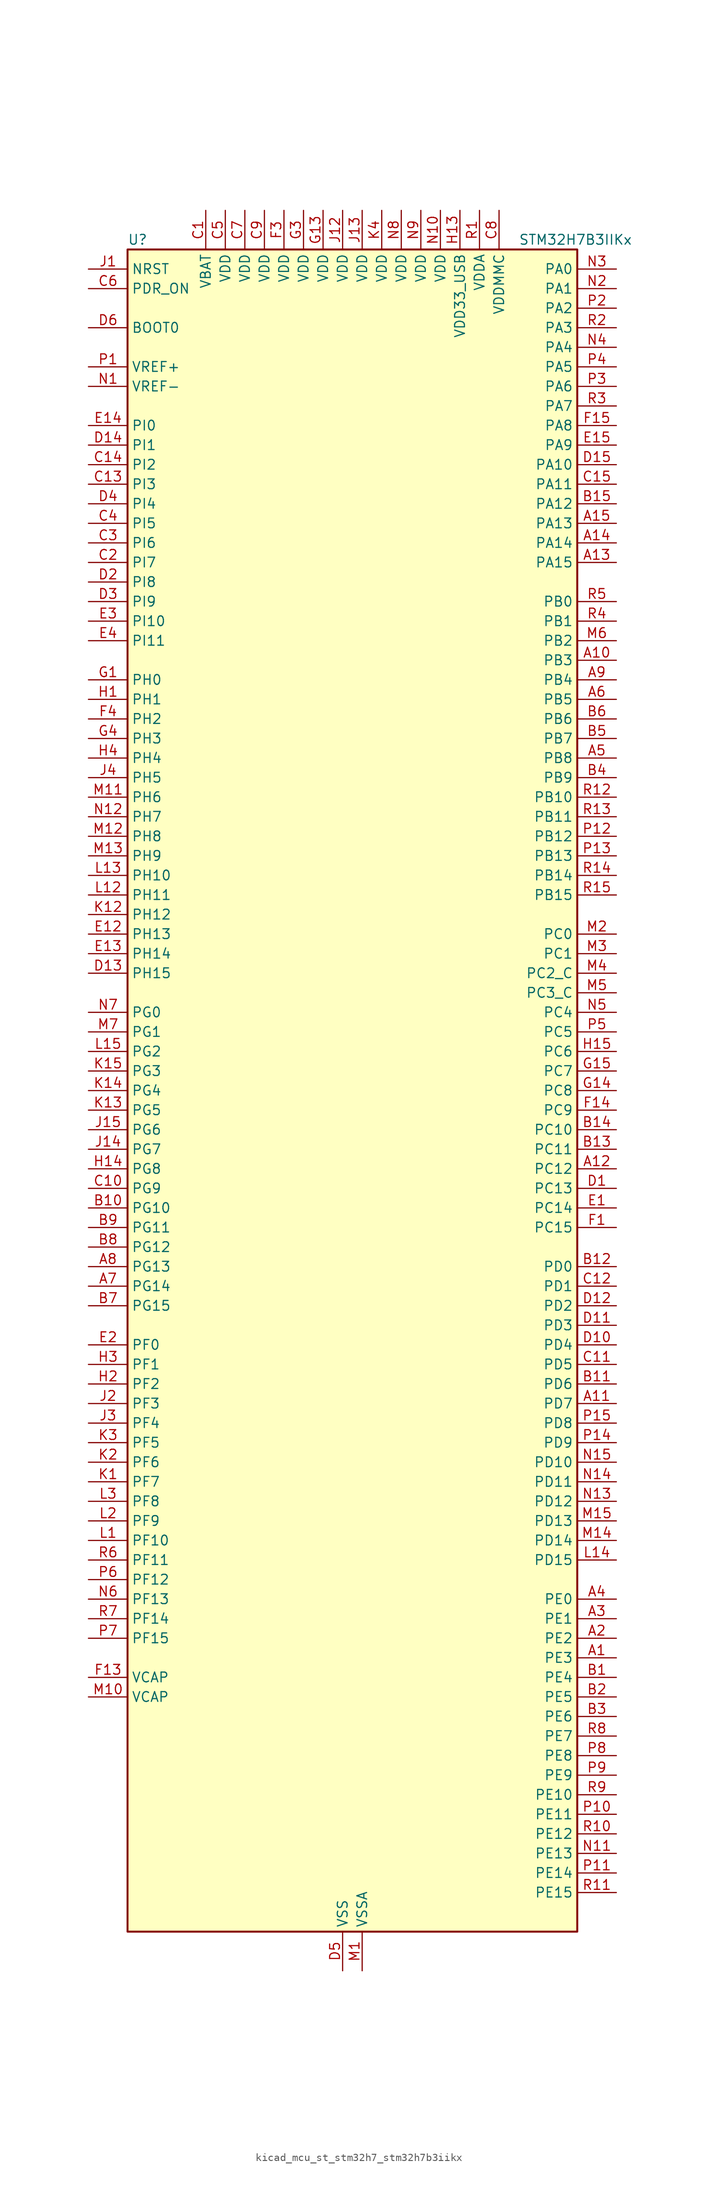
<source format=kicad_sym>
(kicad_symbol_lib
  (version 20220914)
  (generator kicad_symbol_editor)
  (symbol "kicad_mcu_st_stm32h7_stm32h7b3iikx"
    (property "Reference" "U"
      (at -27.94 110.49 0)
      (effects (font (size 1.27 1.27)) (justify left)))
    (property "Value" "STM32H7B3IIKx"
      (at 22.86 110.49 0)
      (effects (font (size 1.27 1.27)) (justify left)))
    (property "ki_locked" ""
      (at 0 0 0)
      (effects (font (size 1.27 1.27))))
    (symbol "kicad_mcu_st_stm32h7_stm32h7b3iikx_0_1"
      (rectangle (start -27.94 -109.22) (end 30.48 109.22) (stroke (width 0.254) (type default)) (fill (type background))))
    (symbol "kicad_mcu_st_stm32h7_stm32h7b3iikx_1_1"
      (pin bidirectional line (at 35.56 -73.66 180) (length 5.08) (name "PE3" (effects (font (size 1.27 1.27)))) (number "A1" (effects (font (size 1.27 1.27)))) (alternate "DEBUG_TRACED0" bidirectional line) (alternate "FMC_A19" bidirectional line) (alternate "SAI1_SD_B" bidirectional line) (alternate "TIM15_BKIN" bidirectional line) (alternate "USART10_TX" bidirectional line))
      (pin bidirectional line (at 35.56 55.88 180) (length 5.08) (name "PB3" (effects (font (size 1.27 1.27)))) (number "A10" (effects (font (size 1.27 1.27)))) (alternate "CRS_SYNC" bidirectional line) (alternate "DEBUG_JTDO-SWO" bidirectional line) (alternate "I2S1_CK" bidirectional line) (alternate "I2S3_CK" bidirectional line) (alternate "I2S6_CK" bidirectional line) (alternate "SDMMC2_D2" bidirectional line) (alternate "SPI1_SCK" bidirectional line) (alternate "SPI3_SCK" bidirectional line) (alternate "SPI6_SCK" bidirectional line) (alternate "TIM2_CH2" bidirectional line) (alternate "UART7_RX" bidirectional line))
      (pin bidirectional line (at 35.56 -40.64 180) (length 5.08) (name "PD7" (effects (font (size 1.27 1.27)))) (number "A11" (effects (font (size 1.27 1.27)))) (alternate "DFSDM1_CKIN1" bidirectional line) (alternate "DFSDM1_DATIN4" bidirectional line) (alternate "FMC_NE1" bidirectional line) (alternate "I2S1_SDO" bidirectional line) (alternate "OCTOSPIM_P1_IO7" bidirectional line) (alternate "SDMMC2_CMD" bidirectional line) (alternate "SPDIFRX_IN0" bidirectional line) (alternate "SPI1_MOSI" bidirectional line) (alternate "USART2_CK" bidirectional line))
      (pin bidirectional line (at 35.56 -10.16 180) (length 5.08) (name "PC12" (effects (font (size 1.27 1.27)))) (number "A12" (effects (font (size 1.27 1.27)))) (alternate "DCMI_D9" bidirectional line) (alternate "DEBUG_TRACED3" bidirectional line) (alternate "DFSDM2_CKOUT" bidirectional line) (alternate "I2S3_SDO" bidirectional line) (alternate "I2S6_CK" bidirectional line) (alternate "LTDC_R6" bidirectional line) (alternate "PSSI_D9" bidirectional line) (alternate "SDMMC1_CK" bidirectional line) (alternate "SPI3_MOSI" bidirectional line) (alternate "SPI6_SCK" bidirectional line) (alternate "TIM15_CH1" bidirectional line) (alternate "UART5_TX" bidirectional line) (alternate "USART3_CK" bidirectional line))
      (pin bidirectional line (at 35.56 68.58 180) (length 5.08) (name "PA15" (effects (font (size 1.27 1.27)))) (number "A13" (effects (font (size 1.27 1.27)))) (alternate "ADC1_EXTI15" bidirectional line) (alternate "ADC2_EXTI15" bidirectional line) (alternate "CEC" bidirectional line) (alternate "DEBUG_JTDI" bidirectional line) (alternate "I2S1_WS" bidirectional line) (alternate "I2S3_WS" bidirectional line) (alternate "I2S6_WS" bidirectional line) (alternate "LTDC_B6" bidirectional line) (alternate "LTDC_R3" bidirectional line) (alternate "SPI1_NSS" bidirectional line) (alternate "SPI3_NSS" bidirectional line) (alternate "SPI6_NSS" bidirectional line) (alternate "TIM2_CH1" bidirectional line) (alternate "TIM2_ETR" bidirectional line) (alternate "UART4_DE" bidirectional line) (alternate "UART4_RTS" bidirectional line) (alternate "UART7_TX" bidirectional line))
      (pin bidirectional line (at 35.56 71.12 180) (length 5.08) (name "PA14" (effects (font (size 1.27 1.27)))) (number "A14" (effects (font (size 1.27 1.27)))) (alternate "DEBUG_JTCK-SWCLK" bidirectional line))
      (pin bidirectional line (at 35.56 73.66 180) (length 5.08) (name "PA13" (effects (font (size 1.27 1.27)))) (number "A15" (effects (font (size 1.27 1.27)))) (alternate "DEBUG_JTMS-SWDIO" bidirectional line))
      (pin bidirectional line (at 35.56 -71.12 180) (length 5.08) (name "PE2" (effects (font (size 1.27 1.27)))) (number "A2" (effects (font (size 1.27 1.27)))) (alternate "DEBUG_TRACECLK" bidirectional line) (alternate "FMC_A23" bidirectional line) (alternate "OCTOSPIM_P1_IO2" bidirectional line) (alternate "SAI1_CK1" bidirectional line) (alternate "SAI1_MCLK_A" bidirectional line) (alternate "SPI4_SCK" bidirectional line) (alternate "USART10_RX" bidirectional line))
      (pin bidirectional line (at 35.56 -68.58 180) (length 5.08) (name "PE1" (effects (font (size 1.27 1.27)))) (number "A3" (effects (font (size 1.27 1.27)))) (alternate "DCMI_D3" bidirectional line) (alternate "FMC_NBL1" bidirectional line) (alternate "LPTIM1_IN2" bidirectional line) (alternate "LTDC_R6" bidirectional line) (alternate "PSSI_D3" bidirectional line) (alternate "UART8_TX" bidirectional line))
      (pin bidirectional line (at 35.56 -66.04 180) (length 5.08) (name "PE0" (effects (font (size 1.27 1.27)))) (number "A4" (effects (font (size 1.27 1.27)))) (alternate "DCMI_D2" bidirectional line) (alternate "FMC_NBL0" bidirectional line) (alternate "LPTIM1_ETR" bidirectional line) (alternate "LPTIM2_ETR" bidirectional line) (alternate "LTDC_R0" bidirectional line) (alternate "PSSI_D2" bidirectional line) (alternate "SAI2_MCLK_A" bidirectional line) (alternate "TIM4_ETR" bidirectional line) (alternate "UART8_RX" bidirectional line))
      (pin bidirectional line (at 35.56 43.18 180) (length 5.08) (name "PB8" (effects (font (size 1.27 1.27)))) (number "A5" (effects (font (size 1.27 1.27)))) (alternate "DCMI_D6" bidirectional line) (alternate "DFSDM1_CKIN7" bidirectional line) (alternate "FDCAN1_RX" bidirectional line) (alternate "I2C1_SCL" bidirectional line) (alternate "I2C4_SCL" bidirectional line) (alternate "LTDC_B6" bidirectional line) (alternate "PSSI_D6" bidirectional line) (alternate "SDMMC1_CKIN" bidirectional line) (alternate "SDMMC1_D4" bidirectional line) (alternate "SDMMC2_D4" bidirectional line) (alternate "TIM16_CH1" bidirectional line) (alternate "TIM4_CH3" bidirectional line) (alternate "UART4_RX" bidirectional line))
      (pin bidirectional line (at 35.56 50.8 180) (length 5.08) (name "PB5" (effects (font (size 1.27 1.27)))) (number "A6" (effects (font (size 1.27 1.27)))) (alternate "DCMI_D10" bidirectional line) (alternate "FDCAN2_RX" bidirectional line) (alternate "FMC_SDCKE1" bidirectional line) (alternate "I2C1_SMBA" bidirectional line) (alternate "I2C4_SMBA" bidirectional line) (alternate "I2S1_SDO" bidirectional line) (alternate "I2S3_SDO" bidirectional line) (alternate "I2S6_SDO" bidirectional line) (alternate "LTDC_B5" bidirectional line) (alternate "PSSI_D10" bidirectional line) (alternate "SPI1_MOSI" bidirectional line) (alternate "SPI3_MOSI" bidirectional line) (alternate "SPI6_MOSI" bidirectional line) (alternate "TIM17_BKIN" bidirectional line) (alternate "TIM3_CH2" bidirectional line) (alternate "UART5_RX" bidirectional line) (alternate "USB_OTG_HS_ULPI_D7" bidirectional line))
      (pin bidirectional line (at -33.02 -25.4 0) (length 5.08) (name "PG14" (effects (font (size 1.27 1.27)))) (number "A7" (effects (font (size 1.27 1.27)))) (alternate "DEBUG_TRACED1" bidirectional line) (alternate "FMC_A25" bidirectional line) (alternate "I2S6_SDO" bidirectional line) (alternate "LPTIM1_ETR" bidirectional line) (alternate "LTDC_B0" bidirectional line) (alternate "OCTOSPIM_P1_IO7" bidirectional line) (alternate "SDMMC2_D7" bidirectional line) (alternate "SPI6_MOSI" bidirectional line) (alternate "USART10_DE" bidirectional line) (alternate "USART10_RTS" bidirectional line) (alternate "USART6_TX" bidirectional line))
      (pin bidirectional line (at -33.02 -22.86 0) (length 5.08) (name "PG13" (effects (font (size 1.27 1.27)))) (number "A8" (effects (font (size 1.27 1.27)))) (alternate "DEBUG_TRACED0" bidirectional line) (alternate "FMC_A24" bidirectional line) (alternate "I2S6_CK" bidirectional line) (alternate "LPTIM1_OUT" bidirectional line) (alternate "LTDC_R0" bidirectional line) (alternate "SDMMC2_D6" bidirectional line) (alternate "SPI6_SCK" bidirectional line) (alternate "USART10_CTS" bidirectional line) (alternate "USART10_NSS" bidirectional line) (alternate "USART6_CTS" bidirectional line) (alternate "USART6_NSS" bidirectional line))
      (pin bidirectional line (at 35.56 53.34 180) (length 5.08) (name "PB4" (effects (font (size 1.27 1.27)))) (number "A9" (effects (font (size 1.27 1.27)))) (alternate "DEBUG_JTRST" bidirectional line) (alternate "I2S1_SDI" bidirectional line) (alternate "I2S2_WS" bidirectional line) (alternate "I2S3_SDI" bidirectional line) (alternate "I2S6_SDI" bidirectional line) (alternate "SDMMC2_D3" bidirectional line) (alternate "SPI1_MISO" bidirectional line) (alternate "SPI2_NSS" bidirectional line) (alternate "SPI3_MISO" bidirectional line) (alternate "SPI6_MISO" bidirectional line) (alternate "TIM16_BKIN" bidirectional line) (alternate "TIM3_CH1" bidirectional line) (alternate "UART7_TX" bidirectional line))
      (pin bidirectional line (at 35.56 -76.2 180) (length 5.08) (name "PE4" (effects (font (size 1.27 1.27)))) (number "B1" (effects (font (size 1.27 1.27)))) (alternate "DCMI_D4" bidirectional line) (alternate "DEBUG_TRACED1" bidirectional line) (alternate "DFSDM1_DATIN3" bidirectional line) (alternate "FMC_A20" bidirectional line) (alternate "LTDC_B0" bidirectional line) (alternate "PSSI_D4" bidirectional line) (alternate "SAI1_D2" bidirectional line) (alternate "SAI1_FS_A" bidirectional line) (alternate "SPI4_NSS" bidirectional line) (alternate "TIM15_CH1N" bidirectional line))
      (pin bidirectional line (at -33.02 -15.24 0) (length 5.08) (name "PG10" (effects (font (size 1.27 1.27)))) (number "B10" (effects (font (size 1.27 1.27)))) (alternate "DCMI_D2" bidirectional line) (alternate "FMC_NE3" bidirectional line) (alternate "I2S1_WS" bidirectional line) (alternate "LTDC_B2" bidirectional line) (alternate "LTDC_G3" bidirectional line) (alternate "OCTOSPIM_P2_IO6" bidirectional line) (alternate "PSSI_D2" bidirectional line) (alternate "SAI2_SD_B" bidirectional line) (alternate "SDMMC2_D1" bidirectional line) (alternate "SPI1_NSS" bidirectional line))
      (pin bidirectional line (at 35.56 -38.1 180) (length 5.08) (name "PD6" (effects (font (size 1.27 1.27)))) (number "B11" (effects (font (size 1.27 1.27)))) (alternate "DCMI_D10" bidirectional line) (alternate "DFSDM1_CKIN4" bidirectional line) (alternate "DFSDM1_DATIN1" bidirectional line) (alternate "FMC_NWAIT" bidirectional line) (alternate "I2S3_SDO" bidirectional line) (alternate "LTDC_B2" bidirectional line) (alternate "OCTOSPIM_P1_IO6" bidirectional line) (alternate "PSSI_D10" bidirectional line) (alternate "SAI1_D1" bidirectional line) (alternate "SAI1_SD_A" bidirectional line) (alternate "SDMMC2_CK" bidirectional line) (alternate "SPI3_MOSI" bidirectional line) (alternate "USART2_RX" bidirectional line))
      (pin bidirectional line (at 35.56 -22.86 180) (length 5.08) (name "PD0" (effects (font (size 1.27 1.27)))) (number "B12" (effects (font (size 1.27 1.27)))) (alternate "DFSDM1_CKIN6" bidirectional line) (alternate "FDCAN1_RX" bidirectional line) (alternate "FMC_D2" bidirectional line) (alternate "FMC_DA2" bidirectional line) (alternate "LTDC_B1" bidirectional line) (alternate "UART4_RX" bidirectional line) (alternate "UART9_CTS" bidirectional line))
      (pin bidirectional line (at 35.56 -7.62 180) (length 5.08) (name "PC11" (effects (font (size 1.27 1.27)))) (number "B13" (effects (font (size 1.27 1.27)))) (alternate "ADC1_EXTI11" bidirectional line) (alternate "ADC2_EXTI11" bidirectional line) (alternate "DCMI_D4" bidirectional line) (alternate "DFSDM1_DATIN5" bidirectional line) (alternate "DFSDM2_DATIN0" bidirectional line) (alternate "I2S3_SDI" bidirectional line) (alternate "LTDC_B4" bidirectional line) (alternate "OCTOSPIM_P1_NCS" bidirectional line) (alternate "PSSI_D4" bidirectional line) (alternate "SDMMC1_D3" bidirectional line) (alternate "SPI3_MISO" bidirectional line) (alternate "UART4_RX" bidirectional line) (alternate "USART3_RX" bidirectional line))
      (pin bidirectional line (at 35.56 -5.08 180) (length 5.08) (name "PC10" (effects (font (size 1.27 1.27)))) (number "B14" (effects (font (size 1.27 1.27)))) (alternate "DCMI_D8" bidirectional line) (alternate "DFSDM1_CKIN5" bidirectional line) (alternate "DFSDM2_CKIN0" bidirectional line) (alternate "I2S3_CK" bidirectional line) (alternate "LTDC_B1" bidirectional line) (alternate "LTDC_R2" bidirectional line) (alternate "OCTOSPIM_P1_IO1" bidirectional line) (alternate "PSSI_D8" bidirectional line) (alternate "SDMMC1_D2" bidirectional line) (alternate "SPI3_SCK" bidirectional line) (alternate "SWPMI1_RX" bidirectional line) (alternate "UART4_TX" bidirectional line) (alternate "USART3_TX" bidirectional line))
      (pin bidirectional line (at 35.56 76.2 180) (length 5.08) (name "PA12" (effects (font (size 1.27 1.27)))) (number "B15" (effects (font (size 1.27 1.27)))) (alternate "FDCAN1_TX" bidirectional line) (alternate "I2S2_CK" bidirectional line) (alternate "LPUART1_DE" bidirectional line) (alternate "LPUART1_RTS" bidirectional line) (alternate "LTDC_R5" bidirectional line) (alternate "SAI2_FS_B" bidirectional line) (alternate "SPI2_SCK" bidirectional line) (alternate "TIM1_ETR" bidirectional line) (alternate "UART4_TX" bidirectional line) (alternate "USART1_DE" bidirectional line) (alternate "USART1_RTS" bidirectional line) (alternate "USB_OTG_HS_DP" bidirectional line))
      (pin bidirectional line (at 35.56 -78.74 180) (length 5.08) (name "PE5" (effects (font (size 1.27 1.27)))) (number "B2" (effects (font (size 1.27 1.27)))) (alternate "DCMI_D6" bidirectional line) (alternate "DEBUG_TRACED2" bidirectional line) (alternate "DFSDM1_CKIN3" bidirectional line) (alternate "FMC_A21" bidirectional line) (alternate "LTDC_G0" bidirectional line) (alternate "PSSI_D6" bidirectional line) (alternate "SAI1_CK2" bidirectional line) (alternate "SAI1_SCK_A" bidirectional line) (alternate "SPI4_MISO" bidirectional line) (alternate "TIM15_CH1" bidirectional line))
      (pin bidirectional line (at 35.56 -81.28 180) (length 5.08) (name "PE6" (effects (font (size 1.27 1.27)))) (number "B3" (effects (font (size 1.27 1.27)))) (alternate "DCMI_D7" bidirectional line) (alternate "DEBUG_TRACED3" bidirectional line) (alternate "FMC_A22" bidirectional line) (alternate "LTDC_G1" bidirectional line) (alternate "PSSI_D7" bidirectional line) (alternate "SAI1_D1" bidirectional line) (alternate "SAI1_SD_A" bidirectional line) (alternate "SAI2_MCLK_B" bidirectional line) (alternate "SPI4_MOSI" bidirectional line) (alternate "TIM15_CH2" bidirectional line) (alternate "TIM1_BKIN2" bidirectional line) (alternate "TIM1_BKIN2_COMP1" bidirectional line) (alternate "TIM1_BKIN2_COMP2" bidirectional line))
      (pin bidirectional line (at 35.56 40.64 180) (length 5.08) (name "PB9" (effects (font (size 1.27 1.27)))) (number "B4" (effects (font (size 1.27 1.27)))) (alternate "DAC1_EXTI9" bidirectional line) (alternate "DCMI_D7" bidirectional line) (alternate "DFSDM1_DATIN7" bidirectional line) (alternate "FDCAN1_TX" bidirectional line) (alternate "I2C1_SDA" bidirectional line) (alternate "I2C4_SDA" bidirectional line) (alternate "I2C4_SMBA" bidirectional line) (alternate "I2S2_WS" bidirectional line) (alternate "LTDC_B7" bidirectional line) (alternate "PSSI_D7" bidirectional line) (alternate "SDMMC1_CDIR" bidirectional line) (alternate "SDMMC1_D5" bidirectional line) (alternate "SDMMC2_D5" bidirectional line) (alternate "SPI2_NSS" bidirectional line) (alternate "TIM17_CH1" bidirectional line) (alternate "TIM4_CH4" bidirectional line) (alternate "UART4_TX" bidirectional line))
      (pin bidirectional line (at 35.56 45.72 180) (length 5.08) (name "PB7" (effects (font (size 1.27 1.27)))) (number "B5" (effects (font (size 1.27 1.27)))) (alternate "DCMI_VSYNC" bidirectional line) (alternate "DFSDM1_CKIN5" bidirectional line) (alternate "FMC_NL" bidirectional line) (alternate "I2C1_SDA" bidirectional line) (alternate "I2C4_SDA" bidirectional line) (alternate "LPUART1_RX" bidirectional line) (alternate "PSSI_RDY" bidirectional line) (alternate "PWR_PVD_IN" bidirectional line) (alternate "TIM17_CH1N" bidirectional line) (alternate "TIM4_CH2" bidirectional line) (alternate "USART1_RX" bidirectional line))
      (pin bidirectional line (at 35.56 48.26 180) (length 5.08) (name "PB6" (effects (font (size 1.27 1.27)))) (number "B6" (effects (font (size 1.27 1.27)))) (alternate "CEC" bidirectional line) (alternate "DCMI_D5" bidirectional line) (alternate "DFSDM1_DATIN5" bidirectional line) (alternate "FDCAN2_TX" bidirectional line) (alternate "FMC_SDNE1" bidirectional line) (alternate "I2C1_SCL" bidirectional line) (alternate "I2C4_SCL" bidirectional line) (alternate "LPUART1_TX" bidirectional line) (alternate "OCTOSPIM_P1_NCS" bidirectional line) (alternate "PSSI_D5" bidirectional line) (alternate "TIM16_CH1N" bidirectional line) (alternate "TIM4_CH1" bidirectional line) (alternate "UART5_TX" bidirectional line) (alternate "USART1_TX" bidirectional line))
      (pin bidirectional line (at -33.02 -27.94 0) (length 5.08) (name "PG15" (effects (font (size 1.27 1.27)))) (number "B7" (effects (font (size 1.27 1.27)))) (alternate "ADC1_EXTI15" bidirectional line) (alternate "ADC2_EXTI15" bidirectional line) (alternate "DCMI_D13" bidirectional line) (alternate "FMC_SDNCAS" bidirectional line) (alternate "OCTOSPIM_P2_DQS" bidirectional line) (alternate "PSSI_D13" bidirectional line) (alternate "USART10_CK" bidirectional line) (alternate "USART6_CTS" bidirectional line) (alternate "USART6_NSS" bidirectional line))
      (pin bidirectional line (at -33.02 -20.32 0) (length 5.08) (name "PG12" (effects (font (size 1.27 1.27)))) (number "B8" (effects (font (size 1.27 1.27)))) (alternate "FMC_NE4" bidirectional line) (alternate "I2S6_SDI" bidirectional line) (alternate "LPTIM1_IN1" bidirectional line) (alternate "LTDC_B1" bidirectional line) (alternate "LTDC_B4" bidirectional line) (alternate "OCTOSPIM_P2_NCS" bidirectional line) (alternate "SDMMC2_D3" bidirectional line) (alternate "SPDIFRX_IN1" bidirectional line) (alternate "SPI6_MISO" bidirectional line) (alternate "USART10_TX" bidirectional line) (alternate "USART6_DE" bidirectional line) (alternate "USART6_RTS" bidirectional line))
      (pin bidirectional line (at -33.02 -17.78 0) (length 5.08) (name "PG11" (effects (font (size 1.27 1.27)))) (number "B9" (effects (font (size 1.27 1.27)))) (alternate "ADC1_EXTI11" bidirectional line) (alternate "ADC2_EXTI11" bidirectional line) (alternate "DCMI_D3" bidirectional line) (alternate "I2S1_CK" bidirectional line) (alternate "LPTIM1_IN2" bidirectional line) (alternate "LTDC_B3" bidirectional line) (alternate "OCTOSPIM_P2_IO7" bidirectional line) (alternate "PSSI_D3" bidirectional line) (alternate "SDMMC2_D2" bidirectional line) (alternate "SPDIFRX_IN0" bidirectional line) (alternate "SPI1_SCK" bidirectional line) (alternate "USART10_RX" bidirectional line))
      (pin power_in line (at -17.78 114.3 270) (length 5.08) (name "VBAT" (effects (font (size 1.27 1.27)))) (number "C1" (effects (font (size 1.27 1.27)))))
      (pin bidirectional line (at -33.02 -12.7 0) (length 5.08) (name "PG9" (effects (font (size 1.27 1.27)))) (number "C10" (effects (font (size 1.27 1.27)))) (alternate "DAC1_EXTI9" bidirectional line) (alternate "DCMI_VSYNC" bidirectional line) (alternate "FMC_NCE" bidirectional line) (alternate "FMC_NE2" bidirectional line) (alternate "I2S1_SDI" bidirectional line) (alternate "OCTOSPIM_P1_IO6" bidirectional line) (alternate "PSSI_RDY" bidirectional line) (alternate "SAI2_FS_B" bidirectional line) (alternate "SDMMC2_D0" bidirectional line) (alternate "SPDIFRX_IN3" bidirectional line) (alternate "SPI1_MISO" bidirectional line) (alternate "USART6_RX" bidirectional line))
      (pin bidirectional line (at 35.56 -35.56 180) (length 5.08) (name "PD5" (effects (font (size 1.27 1.27)))) (number "C11" (effects (font (size 1.27 1.27)))) (alternate "FMC_NWE" bidirectional line) (alternate "OCTOSPIM_P1_IO5" bidirectional line) (alternate "USART2_TX" bidirectional line))
      (pin bidirectional line (at 35.56 -25.4 180) (length 5.08) (name "PD1" (effects (font (size 1.27 1.27)))) (number "C12" (effects (font (size 1.27 1.27)))) (alternate "DFSDM1_DATIN6" bidirectional line) (alternate "FDCAN1_TX" bidirectional line) (alternate "FMC_D3" bidirectional line) (alternate "FMC_DA3" bidirectional line) (alternate "UART4_TX" bidirectional line))
      (pin bidirectional line (at -33.02 78.74 0) (length 5.08) (name "PI3" (effects (font (size 1.27 1.27)))) (number "C13" (effects (font (size 1.27 1.27)))) (alternate "DCMI_D10" bidirectional line) (alternate "FMC_D27" bidirectional line) (alternate "I2S2_SDO" bidirectional line) (alternate "PSSI_D10" bidirectional line) (alternate "SPI2_MOSI" bidirectional line) (alternate "TIM8_ETR" bidirectional line))
      (pin bidirectional line (at -33.02 81.28 0) (length 5.08) (name "PI2" (effects (font (size 1.27 1.27)))) (number "C14" (effects (font (size 1.27 1.27)))) (alternate "DCMI_D9" bidirectional line) (alternate "FMC_D26" bidirectional line) (alternate "I2S2_SDI" bidirectional line) (alternate "LTDC_G7" bidirectional line) (alternate "PSSI_D9" bidirectional line) (alternate "SPI2_MISO" bidirectional line) (alternate "TIM8_CH4" bidirectional line))
      (pin bidirectional line (at 35.56 78.74 180) (length 5.08) (name "PA11" (effects (font (size 1.27 1.27)))) (number "C15" (effects (font (size 1.27 1.27)))) (alternate "ADC1_EXTI11" bidirectional line) (alternate "ADC2_EXTI11" bidirectional line) (alternate "FDCAN1_RX" bidirectional line) (alternate "I2S2_WS" bidirectional line) (alternate "LPUART1_CTS" bidirectional line) (alternate "LTDC_R4" bidirectional line) (alternate "SPI2_NSS" bidirectional line) (alternate "TIM1_CH4" bidirectional line) (alternate "UART4_RX" bidirectional line) (alternate "USART1_CTS" bidirectional line) (alternate "USART1_NSS" bidirectional line) (alternate "USB_OTG_HS_DM" bidirectional line))
      (pin bidirectional line (at -33.02 68.58 0) (length 5.08) (name "PI7" (effects (font (size 1.27 1.27)))) (number "C2" (effects (font (size 1.27 1.27)))) (alternate "DCMI_D7" bidirectional line) (alternate "FMC_D29" bidirectional line) (alternate "LTDC_B7" bidirectional line) (alternate "PSSI_D7" bidirectional line) (alternate "SAI2_FS_A" bidirectional line) (alternate "TIM8_CH3" bidirectional line))
      (pin bidirectional line (at -33.02 71.12 0) (length 5.08) (name "PI6" (effects (font (size 1.27 1.27)))) (number "C3" (effects (font (size 1.27 1.27)))) (alternate "DCMI_D6" bidirectional line) (alternate "FMC_D28" bidirectional line) (alternate "LTDC_B6" bidirectional line) (alternate "PSSI_D6" bidirectional line) (alternate "SAI2_SD_A" bidirectional line) (alternate "TIM8_CH2" bidirectional line))
      (pin bidirectional line (at -33.02 73.66 0) (length 5.08) (name "PI5" (effects (font (size 1.27 1.27)))) (number "C4" (effects (font (size 1.27 1.27)))) (alternate "DCMI_VSYNC" bidirectional line) (alternate "FMC_NBL3" bidirectional line) (alternate "LTDC_B5" bidirectional line) (alternate "PSSI_RDY" bidirectional line) (alternate "SAI2_SCK_A" bidirectional line) (alternate "TIM8_CH1" bidirectional line))
      (pin power_in line (at -15.24 114.3 270) (length 5.08) (name "VDD" (effects (font (size 1.27 1.27)))) (number "C5" (effects (font (size 1.27 1.27)))))
      (pin input line (at -33.02 104.14 0) (length 5.08) (name "PDR_ON" (effects (font (size 1.27 1.27)))) (number "C6" (effects (font (size 1.27 1.27)))))
      (pin power_in line (at -12.7 114.3 270) (length 5.08) (name "VDD" (effects (font (size 1.27 1.27)))) (number "C7" (effects (font (size 1.27 1.27)))))
      (pin power_in line (at 20.32 114.3 270) (length 5.08) (name "VDDMMC" (effects (font (size 1.27 1.27)))) (number "C8" (effects (font (size 1.27 1.27)))))
      (pin power_in line (at -10.16 114.3 270) (length 5.08) (name "VDD" (effects (font (size 1.27 1.27)))) (number "C9" (effects (font (size 1.27 1.27)))))
      (pin bidirectional line (at 35.56 -12.7 180) (length 5.08) (name "PC13" (effects (font (size 1.27 1.27)))) (number "D1" (effects (font (size 1.27 1.27)))) (alternate "PWR_WKUP4" bidirectional line) (alternate "RTC_OUT_ALARM" bidirectional line) (alternate "RTC_OUT_CALIB" bidirectional line) (alternate "RTC_TAMP1" bidirectional line) (alternate "RTC_TS" bidirectional line))
      (pin bidirectional line (at 35.56 -33.02 180) (length 5.08) (name "PD4" (effects (font (size 1.27 1.27)))) (number "D10" (effects (font (size 1.27 1.27)))) (alternate "FMC_NOE" bidirectional line) (alternate "OCTOSPIM_P1_IO4" bidirectional line) (alternate "USART2_DE" bidirectional line) (alternate "USART2_RTS" bidirectional line))
      (pin bidirectional line (at 35.56 -30.48 180) (length 5.08) (name "PD3" (effects (font (size 1.27 1.27)))) (number "D11" (effects (font (size 1.27 1.27)))) (alternate "DCMI_D5" bidirectional line) (alternate "DFSDM1_CKOUT" bidirectional line) (alternate "FMC_CLK" bidirectional line) (alternate "I2S2_CK" bidirectional line) (alternate "LTDC_G7" bidirectional line) (alternate "PSSI_D5" bidirectional line) (alternate "SPI2_SCK" bidirectional line) (alternate "USART2_CTS" bidirectional line) (alternate "USART2_NSS" bidirectional line))
      (pin bidirectional line (at 35.56 -27.94 180) (length 5.08) (name "PD2" (effects (font (size 1.27 1.27)))) (number "D12" (effects (font (size 1.27 1.27)))) (alternate "DCMI_D11" bidirectional line) (alternate "DEBUG_TRACED2" bidirectional line) (alternate "LTDC_B2" bidirectional line) (alternate "LTDC_B7" bidirectional line) (alternate "PSSI_D11" bidirectional line) (alternate "SDMMC1_CMD" bidirectional line) (alternate "TIM15_BKIN" bidirectional line) (alternate "TIM3_ETR" bidirectional line) (alternate "UART5_RX" bidirectional line))
      (pin bidirectional line (at -33.02 15.24 0) (length 5.08) (name "PH15" (effects (font (size 1.27 1.27)))) (number "D13" (effects (font (size 1.27 1.27)))) (alternate "ADC1_EXTI15" bidirectional line) (alternate "ADC2_EXTI15" bidirectional line) (alternate "DCMI_D11" bidirectional line) (alternate "FMC_D23" bidirectional line) (alternate "LTDC_G4" bidirectional line) (alternate "PSSI_D11" bidirectional line) (alternate "TIM8_CH3N" bidirectional line))
      (pin bidirectional line (at -33.02 83.82 0) (length 5.08) (name "PI1" (effects (font (size 1.27 1.27)))) (number "D14" (effects (font (size 1.27 1.27)))) (alternate "DCMI_D8" bidirectional line) (alternate "FMC_D25" bidirectional line) (alternate "I2S2_CK" bidirectional line) (alternate "LTDC_G6" bidirectional line) (alternate "PSSI_D8" bidirectional line) (alternate "SPI2_SCK" bidirectional line) (alternate "TIM8_BKIN2" bidirectional line) (alternate "TIM8_BKIN2_COMP1" bidirectional line) (alternate "TIM8_BKIN2_COMP2" bidirectional line))
      (pin bidirectional line (at 35.56 81.28 180) (length 5.08) (name "PA10" (effects (font (size 1.27 1.27)))) (number "D15" (effects (font (size 1.27 1.27)))) (alternate "DCMI_D1" bidirectional line) (alternate "LPUART1_RX" bidirectional line) (alternate "LTDC_B1" bidirectional line) (alternate "LTDC_B4" bidirectional line) (alternate "MDIOS_MDIO" bidirectional line) (alternate "PSSI_D1" bidirectional line) (alternate "TIM1_CH3" bidirectional line) (alternate "USART1_RX" bidirectional line) (alternate "USB_OTG_HS_ID" bidirectional line))
      (pin bidirectional line (at -33.02 66.04 0) (length 5.08) (name "PI8" (effects (font (size 1.27 1.27)))) (number "D2" (effects (font (size 1.27 1.27)))) (alternate "PWR_WKUP3" bidirectional line) (alternate "RTC_OUT_ALARM" bidirectional line) (alternate "RTC_TAMP2" bidirectional line))
      (pin bidirectional line (at -33.02 63.5 0) (length 5.08) (name "PI9" (effects (font (size 1.27 1.27)))) (number "D3" (effects (font (size 1.27 1.27)))) (alternate "DAC1_EXTI9" bidirectional line) (alternate "FDCAN1_RX" bidirectional line) (alternate "FMC_D30" bidirectional line) (alternate "LTDC_VSYNC" bidirectional line) (alternate "OCTOSPIM_P2_IO0" bidirectional line) (alternate "UART4_RX" bidirectional line))
      (pin bidirectional line (at -33.02 76.2 0) (length 5.08) (name "PI4" (effects (font (size 1.27 1.27)))) (number "D4" (effects (font (size 1.27 1.27)))) (alternate "DCMI_D5" bidirectional line) (alternate "FMC_NBL2" bidirectional line) (alternate "LTDC_B4" bidirectional line) (alternate "PSSI_D5" bidirectional line) (alternate "SAI2_MCLK_A" bidirectional line) (alternate "TIM8_BKIN" bidirectional line) (alternate "TIM8_BKIN_COMP1" bidirectional line) (alternate "TIM8_BKIN_COMP2" bidirectional line))
      (pin power_in line (at 0 -114.3 90) (length 5.08) (name "VSS" (effects (font (size 1.27 1.27)))) (number "D5" (effects (font (size 1.27 1.27)))))
      (pin input line (at -33.02 99.06 0) (length 5.08) (name "BOOT0" (effects (font (size 1.27 1.27)))) (number "D6" (effects (font (size 1.27 1.27)))))
      (pin passive line (at 0 -114.3 90) (length 5.08) hide (name "VSS" (effects (font (size 1.27 1.27)))) (number "D7" (effects (font (size 1.27 1.27)))))
      (pin passive line (at 0 -114.3 90) (length 5.08) hide (name "VSS" (effects (font (size 1.27 1.27)))) (number "D8" (effects (font (size 1.27 1.27)))))
      (pin passive line (at 0 -114.3 90) (length 5.08) hide (name "VSS" (effects (font (size 1.27 1.27)))) (number "D9" (effects (font (size 1.27 1.27)))))
      (pin bidirectional line (at 35.56 -15.24 180) (length 5.08) (name "PC14" (effects (font (size 1.27 1.27)))) (number "E1" (effects (font (size 1.27 1.27)))) (alternate "RCC_OSC32_IN" bidirectional line))
      (pin bidirectional line (at -33.02 20.32 0) (length 5.08) (name "PH13" (effects (font (size 1.27 1.27)))) (number "E12" (effects (font (size 1.27 1.27)))) (alternate "FDCAN1_TX" bidirectional line) (alternate "FMC_D21" bidirectional line) (alternate "LTDC_G2" bidirectional line) (alternate "TIM8_CH1N" bidirectional line) (alternate "UART4_TX" bidirectional line))
      (pin bidirectional line (at -33.02 17.78 0) (length 5.08) (name "PH14" (effects (font (size 1.27 1.27)))) (number "E13" (effects (font (size 1.27 1.27)))) (alternate "DCMI_D4" bidirectional line) (alternate "FDCAN1_RX" bidirectional line) (alternate "FMC_D22" bidirectional line) (alternate "LTDC_G3" bidirectional line) (alternate "PSSI_D4" bidirectional line) (alternate "TIM8_CH2N" bidirectional line) (alternate "UART4_RX" bidirectional line))
      (pin bidirectional line (at -33.02 86.36 0) (length 5.08) (name "PI0" (effects (font (size 1.27 1.27)))) (number "E14" (effects (font (size 1.27 1.27)))) (alternate "DCMI_D13" bidirectional line) (alternate "FMC_D24" bidirectional line) (alternate "I2S2_WS" bidirectional line) (alternate "LTDC_G5" bidirectional line) (alternate "PSSI_D13" bidirectional line) (alternate "SPI2_NSS" bidirectional line) (alternate "TIM5_CH4" bidirectional line))
      (pin bidirectional line (at 35.56 83.82 180) (length 5.08) (name "PA9" (effects (font (size 1.27 1.27)))) (number "E15" (effects (font (size 1.27 1.27)))) (alternate "DAC1_EXTI9" bidirectional line) (alternate "DCMI_D0" bidirectional line) (alternate "I2C3_SMBA" bidirectional line) (alternate "I2S2_CK" bidirectional line) (alternate "LPUART1_TX" bidirectional line) (alternate "LTDC_R5" bidirectional line) (alternate "PSSI_D0" bidirectional line) (alternate "SPI2_SCK" bidirectional line) (alternate "TIM1_CH2" bidirectional line) (alternate "USART1_TX" bidirectional line) (alternate "USB_OTG_HS_VBUS" bidirectional line))
      (pin bidirectional line (at -33.02 -33.02 0) (length 5.08) (name "PF0" (effects (font (size 1.27 1.27)))) (number "E2" (effects (font (size 1.27 1.27)))) (alternate "FMC_A0" bidirectional line) (alternate "I2C2_SDA" bidirectional line) (alternate "OCTOSPIM_P2_IO0" bidirectional line))
      (pin bidirectional line (at -33.02 60.96 0) (length 5.08) (name "PI10" (effects (font (size 1.27 1.27)))) (number "E3" (effects (font (size 1.27 1.27)))) (alternate "FMC_D31" bidirectional line) (alternate "LTDC_HSYNC" bidirectional line) (alternate "OCTOSPIM_P2_IO1" bidirectional line) (alternate "PSSI_D14" bidirectional line))
      (pin bidirectional line (at -33.02 58.42 0) (length 5.08) (name "PI11" (effects (font (size 1.27 1.27)))) (number "E4" (effects (font (size 1.27 1.27)))) (alternate "ADC1_EXTI11" bidirectional line) (alternate "ADC2_EXTI11" bidirectional line) (alternate "LTDC_G6" bidirectional line) (alternate "OCTOSPIM_P2_IO2" bidirectional line) (alternate "PSSI_D15" bidirectional line) (alternate "PWR_WKUP5" bidirectional line) (alternate "USB_OTG_HS_ULPI_DIR" bidirectional line))
      (pin bidirectional line (at 35.56 -17.78 180) (length 5.08) (name "PC15" (effects (font (size 1.27 1.27)))) (number "F1" (effects (font (size 1.27 1.27)))) (alternate "ADC1_EXTI15" bidirectional line) (alternate "ADC2_EXTI15" bidirectional line) (alternate "RCC_OSC32_OUT" bidirectional line))
      (pin passive line (at 0 -114.3 90) (length 5.08) hide (name "VSS" (effects (font (size 1.27 1.27)))) (number "F10" (effects (font (size 1.27 1.27)))))
      (pin passive line (at 0 -114.3 90) (length 5.08) hide (name "VSS" (effects (font (size 1.27 1.27)))) (number "F12" (effects (font (size 1.27 1.27)))))
      (pin power_out line (at -33.02 -76.2 0) (length 5.08) (name "VCAP" (effects (font (size 1.27 1.27)))) (number "F13" (effects (font (size 1.27 1.27)))))
      (pin bidirectional line (at 35.56 -2.54 180) (length 5.08) (name "PC9" (effects (font (size 1.27 1.27)))) (number "F14" (effects (font (size 1.27 1.27)))) (alternate "DAC1_EXTI9" bidirectional line) (alternate "DCMI_D3" bidirectional line) (alternate "I2C3_SDA" bidirectional line) (alternate "I2S_CKIN" bidirectional line) (alternate "LTDC_B2" bidirectional line) (alternate "LTDC_G3" bidirectional line) (alternate "OCTOSPIM_P1_IO0" bidirectional line) (alternate "PSSI_D3" bidirectional line) (alternate "RCC_MCO_2" bidirectional line) (alternate "SDMMC1_D1" bidirectional line) (alternate "SWPMI1_SUSPEND" bidirectional line) (alternate "TIM3_CH4" bidirectional line) (alternate "TIM8_CH4" bidirectional line) (alternate "UART5_CTS" bidirectional line))
      (pin bidirectional line (at 35.56 86.36 180) (length 5.08) (name "PA8" (effects (font (size 1.27 1.27)))) (number "F15" (effects (font (size 1.27 1.27)))) (alternate "I2C3_SCL" bidirectional line) (alternate "LTDC_B3" bidirectional line) (alternate "LTDC_R6" bidirectional line) (alternate "RCC_MCO_1" bidirectional line) (alternate "TIM1_CH1" bidirectional line) (alternate "TIM8_BKIN2" bidirectional line) (alternate "TIM8_BKIN2_COMP1" bidirectional line) (alternate "TIM8_BKIN2_COMP2" bidirectional line) (alternate "UART7_RX" bidirectional line) (alternate "USART1_CK" bidirectional line) (alternate "USB_OTG_HS_SOF" bidirectional line))
      (pin passive line (at 0 -114.3 90) (length 5.08) hide (name "VSS" (effects (font (size 1.27 1.27)))) (number "F2" (effects (font (size 1.27 1.27)))))
      (pin power_in line (at -7.62 114.3 270) (length 5.08) (name "VDD" (effects (font (size 1.27 1.27)))) (number "F3" (effects (font (size 1.27 1.27)))))
      (pin bidirectional line (at -33.02 48.26 0) (length 5.08) (name "PH2" (effects (font (size 1.27 1.27)))) (number "F4" (effects (font (size 1.27 1.27)))) (alternate "FMC_SDCKE0" bidirectional line) (alternate "LPTIM1_IN2" bidirectional line) (alternate "LTDC_R0" bidirectional line) (alternate "OCTOSPIM_P1_IO4" bidirectional line) (alternate "SAI2_SCK_B" bidirectional line))
      (pin passive line (at 0 -114.3 90) (length 5.08) hide (name "VSS" (effects (font (size 1.27 1.27)))) (number "F6" (effects (font (size 1.27 1.27)))))
      (pin passive line (at 0 -114.3 90) (length 5.08) hide (name "VSS" (effects (font (size 1.27 1.27)))) (number "F7" (effects (font (size 1.27 1.27)))))
      (pin passive line (at 0 -114.3 90) (length 5.08) hide (name "VSS" (effects (font (size 1.27 1.27)))) (number "F8" (effects (font (size 1.27 1.27)))))
      (pin passive line (at 0 -114.3 90) (length 5.08) hide (name "VSS" (effects (font (size 1.27 1.27)))) (number "F9" (effects (font (size 1.27 1.27)))))
      (pin bidirectional line (at -33.02 53.34 0) (length 5.08) (name "PH0" (effects (font (size 1.27 1.27)))) (number "G1" (effects (font (size 1.27 1.27)))) (alternate "RCC_OSC_IN" bidirectional line))
      (pin passive line (at 0 -114.3 90) (length 5.08) hide (name "VSS" (effects (font (size 1.27 1.27)))) (number "G10" (effects (font (size 1.27 1.27)))))
      (pin passive line (at 0 -114.3 90) (length 5.08) hide (name "VSS" (effects (font (size 1.27 1.27)))) (number "G12" (effects (font (size 1.27 1.27)))))
      (pin power_in line (at -2.54 114.3 270) (length 5.08) (name "VDD" (effects (font (size 1.27 1.27)))) (number "G13" (effects (font (size 1.27 1.27)))))
      (pin bidirectional line (at 35.56 0 180) (length 5.08) (name "PC8" (effects (font (size 1.27 1.27)))) (number "G14" (effects (font (size 1.27 1.27)))) (alternate "DCMI_D2" bidirectional line) (alternate "DEBUG_TRACED1" bidirectional line) (alternate "FMC_INT" bidirectional line) (alternate "FMC_NCE" bidirectional line) (alternate "FMC_NE2" bidirectional line) (alternate "PSSI_D2" bidirectional line) (alternate "SDMMC1_D0" bidirectional line) (alternate "SWPMI1_RX" bidirectional line) (alternate "TIM3_CH3" bidirectional line) (alternate "TIM8_CH3" bidirectional line) (alternate "UART5_DE" bidirectional line) (alternate "UART5_RTS" bidirectional line) (alternate "USART6_CK" bidirectional line))
      (pin bidirectional line (at 35.56 2.54 180) (length 5.08) (name "PC7" (effects (font (size 1.27 1.27)))) (number "G15" (effects (font (size 1.27 1.27)))) (alternate "DCMI_D1" bidirectional line) (alternate "DEBUG_TRGIO" bidirectional line) (alternate "DFSDM1_DATIN3" bidirectional line) (alternate "FMC_NE1" bidirectional line) (alternate "I2S3_MCK" bidirectional line) (alternate "LTDC_G6" bidirectional line) (alternate "PSSI_D1" bidirectional line) (alternate "SDMMC1_D123DIR" bidirectional line) (alternate "SDMMC1_D7" bidirectional line) (alternate "SDMMC2_D7" bidirectional line) (alternate "SWPMI1_TX" bidirectional line) (alternate "TIM3_CH2" bidirectional line) (alternate "TIM8_CH2" bidirectional line) (alternate "USART6_RX" bidirectional line))
      (pin passive line (at 0 -114.3 90) (length 5.08) hide (name "VSS" (effects (font (size 1.27 1.27)))) (number "G2" (effects (font (size 1.27 1.27)))))
      (pin power_in line (at -5.08 114.3 270) (length 5.08) (name "VDD" (effects (font (size 1.27 1.27)))) (number "G3" (effects (font (size 1.27 1.27)))))
      (pin bidirectional line (at -33.02 45.72 0) (length 5.08) (name "PH3" (effects (font (size 1.27 1.27)))) (number "G4" (effects (font (size 1.27 1.27)))) (alternate "FMC_SDNE0" bidirectional line) (alternate "LTDC_R1" bidirectional line) (alternate "OCTOSPIM_P1_IO5" bidirectional line) (alternate "SAI2_MCLK_B" bidirectional line))
      (pin passive line (at 0 -114.3 90) (length 5.08) hide (name "VSS" (effects (font (size 1.27 1.27)))) (number "G6" (effects (font (size 1.27 1.27)))))
      (pin passive line (at 0 -114.3 90) (length 5.08) hide (name "VSS" (effects (font (size 1.27 1.27)))) (number "G7" (effects (font (size 1.27 1.27)))))
      (pin passive line (at 0 -114.3 90) (length 5.08) hide (name "VSS" (effects (font (size 1.27 1.27)))) (number "G8" (effects (font (size 1.27 1.27)))))
      (pin passive line (at 0 -114.3 90) (length 5.08) hide (name "VSS" (effects (font (size 1.27 1.27)))) (number "G9" (effects (font (size 1.27 1.27)))))
      (pin bidirectional line (at -33.02 50.8 0) (length 5.08) (name "PH1" (effects (font (size 1.27 1.27)))) (number "H1" (effects (font (size 1.27 1.27)))) (alternate "RCC_OSC_OUT" bidirectional line))
      (pin passive line (at 0 -114.3 90) (length 5.08) hide (name "VSS" (effects (font (size 1.27 1.27)))) (number "H10" (effects (font (size 1.27 1.27)))))
      (pin passive line (at 0 -114.3 90) (length 5.08) hide (name "VSS" (effects (font (size 1.27 1.27)))) (number "H12" (effects (font (size 1.27 1.27)))))
      (pin power_in line (at 15.24 114.3 270) (length 5.08) (name "VDD33_USB" (effects (font (size 1.27 1.27)))) (number "H13" (effects (font (size 1.27 1.27)))))
      (pin bidirectional line (at -33.02 -10.16 0) (length 5.08) (name "PG8" (effects (font (size 1.27 1.27)))) (number "H14" (effects (font (size 1.27 1.27)))) (alternate "FMC_SDCLK" bidirectional line) (alternate "I2S6_WS" bidirectional line) (alternate "LTDC_G7" bidirectional line) (alternate "SPDIFRX_IN2" bidirectional line) (alternate "SPI6_NSS" bidirectional line) (alternate "TIM8_ETR" bidirectional line) (alternate "USART6_DE" bidirectional line) (alternate "USART6_RTS" bidirectional line))
      (pin bidirectional line (at 35.56 5.08 180) (length 5.08) (name "PC6" (effects (font (size 1.27 1.27)))) (number "H15" (effects (font (size 1.27 1.27)))) (alternate "DCMI_D0" bidirectional line) (alternate "DFSDM1_CKIN3" bidirectional line) (alternate "FMC_NWAIT" bidirectional line) (alternate "I2S2_MCK" bidirectional line) (alternate "LTDC_HSYNC" bidirectional line) (alternate "PSSI_D0" bidirectional line) (alternate "SDMMC1_D0DIR" bidirectional line) (alternate "SDMMC1_D6" bidirectional line) (alternate "SDMMC2_D6" bidirectional line) (alternate "SWPMI1_IO" bidirectional line) (alternate "TIM3_CH1" bidirectional line) (alternate "TIM8_CH1" bidirectional line) (alternate "USART6_TX" bidirectional line))
      (pin bidirectional line (at -33.02 -38.1 0) (length 5.08) (name "PF2" (effects (font (size 1.27 1.27)))) (number "H2" (effects (font (size 1.27 1.27)))) (alternate "FMC_A2" bidirectional line) (alternate "I2C2_SMBA" bidirectional line) (alternate "OCTOSPIM_P2_IO2" bidirectional line))
      (pin bidirectional line (at -33.02 -35.56 0) (length 5.08) (name "PF1" (effects (font (size 1.27 1.27)))) (number "H3" (effects (font (size 1.27 1.27)))) (alternate "FMC_A1" bidirectional line) (alternate "I2C2_SCL" bidirectional line) (alternate "OCTOSPIM_P2_IO1" bidirectional line))
      (pin bidirectional line (at -33.02 43.18 0) (length 5.08) (name "PH4" (effects (font (size 1.27 1.27)))) (number "H4" (effects (font (size 1.27 1.27)))) (alternate "I2C2_SCL" bidirectional line) (alternate "LTDC_G4" bidirectional line) (alternate "LTDC_G5" bidirectional line) (alternate "PSSI_D14" bidirectional line) (alternate "USB_OTG_HS_ULPI_NXT" bidirectional line))
      (pin passive line (at 0 -114.3 90) (length 5.08) hide (name "VSS" (effects (font (size 1.27 1.27)))) (number "H6" (effects (font (size 1.27 1.27)))))
      (pin passive line (at 0 -114.3 90) (length 5.08) hide (name "VSS" (effects (font (size 1.27 1.27)))) (number "H7" (effects (font (size 1.27 1.27)))))
      (pin passive line (at 0 -114.3 90) (length 5.08) hide (name "VSS" (effects (font (size 1.27 1.27)))) (number "H8" (effects (font (size 1.27 1.27)))))
      (pin passive line (at 0 -114.3 90) (length 5.08) hide (name "VSS" (effects (font (size 1.27 1.27)))) (number "H9" (effects (font (size 1.27 1.27)))))
      (pin input line (at -33.02 106.68 0) (length 5.08) (name "NRST" (effects (font (size 1.27 1.27)))) (number "J1" (effects (font (size 1.27 1.27)))))
      (pin passive line (at 0 -114.3 90) (length 5.08) hide (name "VSS" (effects (font (size 1.27 1.27)))) (number "J10" (effects (font (size 1.27 1.27)))))
      (pin power_in line (at 0 114.3 270) (length 5.08) (name "VDD" (effects (font (size 1.27 1.27)))) (number "J12" (effects (font (size 1.27 1.27)))))
      (pin power_in line (at 2.54 114.3 270) (length 5.08) (name "VDD" (effects (font (size 1.27 1.27)))) (number "J13" (effects (font (size 1.27 1.27)))))
      (pin bidirectional line (at -33.02 -7.62 0) (length 5.08) (name "PG7" (effects (font (size 1.27 1.27)))) (number "J14" (effects (font (size 1.27 1.27)))) (alternate "DCMI_D13" bidirectional line) (alternate "FMC_INT" bidirectional line) (alternate "LTDC_CLK" bidirectional line) (alternate "OCTOSPIM_P2_DQS" bidirectional line) (alternate "PSSI_D13" bidirectional line) (alternate "SAI1_MCLK_A" bidirectional line) (alternate "USART6_CK" bidirectional line))
      (pin bidirectional line (at -33.02 -5.08 0) (length 5.08) (name "PG6" (effects (font (size 1.27 1.27)))) (number "J15" (effects (font (size 1.27 1.27)))) (alternate "DCMI_D12" bidirectional line) (alternate "FMC_NE3" bidirectional line) (alternate "LTDC_R7" bidirectional line) (alternate "OCTOSPIM_P1_NCS" bidirectional line) (alternate "PSSI_D12" bidirectional line) (alternate "TIM17_BKIN" bidirectional line))
      (pin bidirectional line (at -33.02 -40.64 0) (length 5.08) (name "PF3" (effects (font (size 1.27 1.27)))) (number "J2" (effects (font (size 1.27 1.27)))) (alternate "FMC_A3" bidirectional line) (alternate "OCTOSPIM_P2_IO3" bidirectional line))
      (pin bidirectional line (at -33.02 -43.18 0) (length 5.08) (name "PF4" (effects (font (size 1.27 1.27)))) (number "J3" (effects (font (size 1.27 1.27)))) (alternate "FMC_A4" bidirectional line) (alternate "OCTOSPIM_P2_CLK" bidirectional line))
      (pin bidirectional line (at -33.02 40.64 0) (length 5.08) (name "PH5" (effects (font (size 1.27 1.27)))) (number "J4" (effects (font (size 1.27 1.27)))) (alternate "FMC_SDNWE" bidirectional line) (alternate "I2C2_SDA" bidirectional line) (alternate "SPI5_NSS" bidirectional line))
      (pin passive line (at 0 -114.3 90) (length 5.08) hide (name "VSS" (effects (font (size 1.27 1.27)))) (number "J6" (effects (font (size 1.27 1.27)))))
      (pin passive line (at 0 -114.3 90) (length 5.08) hide (name "VSS" (effects (font (size 1.27 1.27)))) (number "J7" (effects (font (size 1.27 1.27)))))
      (pin passive line (at 0 -114.3 90) (length 5.08) hide (name "VSS" (effects (font (size 1.27 1.27)))) (number "J8" (effects (font (size 1.27 1.27)))))
      (pin passive line (at 0 -114.3 90) (length 5.08) hide (name "VSS" (effects (font (size 1.27 1.27)))) (number "J9" (effects (font (size 1.27 1.27)))))
      (pin bidirectional line (at -33.02 -50.8 0) (length 5.08) (name "PF7" (effects (font (size 1.27 1.27)))) (number "K1" (effects (font (size 1.27 1.27)))) (alternate "OCTOSPIM_P1_IO2" bidirectional line) (alternate "SAI1_MCLK_B" bidirectional line) (alternate "SPI5_SCK" bidirectional line) (alternate "TIM17_CH1" bidirectional line) (alternate "UART7_TX" bidirectional line))
      (pin passive line (at 0 -114.3 90) (length 5.08) hide (name "VSS" (effects (font (size 1.27 1.27)))) (number "K10" (effects (font (size 1.27 1.27)))))
      (pin bidirectional line (at -33.02 22.86 0) (length 5.08) (name "PH12" (effects (font (size 1.27 1.27)))) (number "K12" (effects (font (size 1.27 1.27)))) (alternate "DCMI_D3" bidirectional line) (alternate "FMC_D20" bidirectional line) (alternate "I2C4_SDA" bidirectional line) (alternate "LTDC_R6" bidirectional line) (alternate "PSSI_D3" bidirectional line) (alternate "TIM5_CH3" bidirectional line))
      (pin bidirectional line (at -33.02 -2.54 0) (length 5.08) (name "PG5" (effects (font (size 1.27 1.27)))) (number "K13" (effects (font (size 1.27 1.27)))) (alternate "FMC_A15" bidirectional line) (alternate "FMC_BA1" bidirectional line) (alternate "TIM1_ETR" bidirectional line))
      (pin bidirectional line (at -33.02 0 0) (length 5.08) (name "PG4" (effects (font (size 1.27 1.27)))) (number "K14" (effects (font (size 1.27 1.27)))) (alternate "FMC_A14" bidirectional line) (alternate "FMC_BA0" bidirectional line) (alternate "TIM1_BKIN2" bidirectional line) (alternate "TIM1_BKIN2_COMP1" bidirectional line) (alternate "TIM1_BKIN2_COMP2" bidirectional line))
      (pin bidirectional line (at -33.02 2.54 0) (length 5.08) (name "PG3" (effects (font (size 1.27 1.27)))) (number "K15" (effects (font (size 1.27 1.27)))) (alternate "FMC_A13" bidirectional line) (alternate "TIM8_BKIN2" bidirectional line) (alternate "TIM8_BKIN2_COMP1" bidirectional line) (alternate "TIM8_BKIN2_COMP2" bidirectional line))
      (pin bidirectional line (at -33.02 -48.26 0) (length 5.08) (name "PF6" (effects (font (size 1.27 1.27)))) (number "K2" (effects (font (size 1.27 1.27)))) (alternate "OCTOSPIM_P1_IO3" bidirectional line) (alternate "SAI1_SD_B" bidirectional line) (alternate "SPI5_NSS" bidirectional line) (alternate "TIM16_CH1" bidirectional line) (alternate "UART7_RX" bidirectional line))
      (pin bidirectional line (at -33.02 -45.72 0) (length 5.08) (name "PF5" (effects (font (size 1.27 1.27)))) (number "K3" (effects (font (size 1.27 1.27)))) (alternate "FMC_A5" bidirectional line) (alternate "OCTOSPIM_P2_NCLK" bidirectional line))
      (pin power_in line (at 5.08 114.3 270) (length 5.08) (name "VDD" (effects (font (size 1.27 1.27)))) (number "K4" (effects (font (size 1.27 1.27)))))
      (pin passive line (at 0 -114.3 90) (length 5.08) hide (name "VSS" (effects (font (size 1.27 1.27)))) (number "K6" (effects (font (size 1.27 1.27)))))
      (pin passive line (at 0 -114.3 90) (length 5.08) hide (name "VSS" (effects (font (size 1.27 1.27)))) (number "K7" (effects (font (size 1.27 1.27)))))
      (pin passive line (at 0 -114.3 90) (length 5.08) hide (name "VSS" (effects (font (size 1.27 1.27)))) (number "K8" (effects (font (size 1.27 1.27)))))
      (pin passive line (at 0 -114.3 90) (length 5.08) hide (name "VSS" (effects (font (size 1.27 1.27)))) (number "K9" (effects (font (size 1.27 1.27)))))
      (pin bidirectional line (at -33.02 -58.42 0) (length 5.08) (name "PF10" (effects (font (size 1.27 1.27)))) (number "L1" (effects (font (size 1.27 1.27)))) (alternate "DCMI_D11" bidirectional line) (alternate "LTDC_DE" bidirectional line) (alternate "OCTOSPIM_P1_CLK" bidirectional line) (alternate "PSSI_D11" bidirectional line) (alternate "PSSI_D15" bidirectional line) (alternate "SAI1_D3" bidirectional line) (alternate "TIM16_BKIN" bidirectional line))
      (pin bidirectional line (at -33.02 25.4 0) (length 5.08) (name "PH11" (effects (font (size 1.27 1.27)))) (number "L12" (effects (font (size 1.27 1.27)))) (alternate "ADC1_EXTI11" bidirectional line) (alternate "ADC2_EXTI11" bidirectional line) (alternate "DCMI_D2" bidirectional line) (alternate "FMC_D19" bidirectional line) (alternate "I2C4_SCL" bidirectional line) (alternate "LTDC_R5" bidirectional line) (alternate "PSSI_D2" bidirectional line) (alternate "TIM5_CH2" bidirectional line))
      (pin bidirectional line (at -33.02 27.94 0) (length 5.08) (name "PH10" (effects (font (size 1.27 1.27)))) (number "L13" (effects (font (size 1.27 1.27)))) (alternate "DCMI_D1" bidirectional line) (alternate "FMC_D18" bidirectional line) (alternate "I2C4_SMBA" bidirectional line) (alternate "LTDC_R4" bidirectional line) (alternate "PSSI_D1" bidirectional line) (alternate "TIM5_CH1" bidirectional line))
      (pin bidirectional line (at 35.56 -60.96 180) (length 5.08) (name "PD15" (effects (font (size 1.27 1.27)))) (number "L14" (effects (font (size 1.27 1.27)))) (alternate "ADC1_EXTI15" bidirectional line) (alternate "ADC2_EXTI15" bidirectional line) (alternate "FMC_D1" bidirectional line) (alternate "FMC_DA1" bidirectional line) (alternate "TIM4_CH4" bidirectional line) (alternate "UART8_DE" bidirectional line) (alternate "UART8_RTS" bidirectional line) (alternate "UART9_TX" bidirectional line))
      (pin bidirectional line (at -33.02 5.08 0) (length 5.08) (name "PG2" (effects (font (size 1.27 1.27)))) (number "L15" (effects (font (size 1.27 1.27)))) (alternate "FMC_A12" bidirectional line) (alternate "TIM8_BKIN" bidirectional line) (alternate "TIM8_BKIN_COMP1" bidirectional line) (alternate "TIM8_BKIN_COMP2" bidirectional line))
      (pin bidirectional line (at -33.02 -55.88 0) (length 5.08) (name "PF9" (effects (font (size 1.27 1.27)))) (number "L2" (effects (font (size 1.27 1.27)))) (alternate "DAC1_EXTI9" bidirectional line) (alternate "OCTOSPIM_P1_IO1" bidirectional line) (alternate "SAI1_FS_B" bidirectional line) (alternate "SPI5_MOSI" bidirectional line) (alternate "TIM14_CH1" bidirectional line) (alternate "TIM17_CH1N" bidirectional line) (alternate "UART7_CTS" bidirectional line))
      (pin bidirectional line (at -33.02 -53.34 0) (length 5.08) (name "PF8" (effects (font (size 1.27 1.27)))) (number "L3" (effects (font (size 1.27 1.27)))) (alternate "OCTOSPIM_P1_IO0" bidirectional line) (alternate "SAI1_SCK_B" bidirectional line) (alternate "SPI5_MISO" bidirectional line) (alternate "TIM13_CH1" bidirectional line) (alternate "TIM16_CH1N" bidirectional line) (alternate "UART7_DE" bidirectional line) (alternate "UART7_RTS" bidirectional line))
      (pin passive line (at 0 -114.3 90) (length 5.08) hide (name "VSS" (effects (font (size 1.27 1.27)))) (number "L4" (effects (font (size 1.27 1.27)))))
      (pin power_in line (at 2.54 -114.3 90) (length 5.08) (name "VSSA" (effects (font (size 1.27 1.27)))) (number "M1" (effects (font (size 1.27 1.27)))))
      (pin power_out line (at -33.02 -78.74 0) (length 5.08) (name "VCAP" (effects (font (size 1.27 1.27)))) (number "M10" (effects (font (size 1.27 1.27)))))
      (pin bidirectional line (at -33.02 38.1 0) (length 5.08) (name "PH6" (effects (font (size 1.27 1.27)))) (number "M11" (effects (font (size 1.27 1.27)))) (alternate "DCMI_D8" bidirectional line) (alternate "FMC_SDNE1" bidirectional line) (alternate "I2C2_SMBA" bidirectional line) (alternate "PSSI_D8" bidirectional line) (alternate "SPI5_SCK" bidirectional line) (alternate "TIM12_CH1" bidirectional line))
      (pin bidirectional line (at -33.02 33.02 0) (length 5.08) (name "PH8" (effects (font (size 1.27 1.27)))) (number "M12" (effects (font (size 1.27 1.27)))) (alternate "DCMI_HSYNC" bidirectional line) (alternate "FMC_D16" bidirectional line) (alternate "I2C3_SDA" bidirectional line) (alternate "LTDC_R2" bidirectional line) (alternate "PSSI_DE" bidirectional line) (alternate "TIM5_ETR" bidirectional line))
      (pin bidirectional line (at -33.02 30.48 0) (length 5.08) (name "PH9" (effects (font (size 1.27 1.27)))) (number "M13" (effects (font (size 1.27 1.27)))) (alternate "DAC1_EXTI9" bidirectional line) (alternate "DCMI_D0" bidirectional line) (alternate "FMC_D17" bidirectional line) (alternate "I2C3_SMBA" bidirectional line) (alternate "LTDC_R3" bidirectional line) (alternate "PSSI_D0" bidirectional line) (alternate "TIM12_CH2" bidirectional line))
      (pin bidirectional line (at 35.56 -58.42 180) (length 5.08) (name "PD14" (effects (font (size 1.27 1.27)))) (number "M14" (effects (font (size 1.27 1.27)))) (alternate "FMC_D0" bidirectional line) (alternate "FMC_DA0" bidirectional line) (alternate "TIM4_CH3" bidirectional line) (alternate "UART8_CTS" bidirectional line) (alternate "UART9_RX" bidirectional line))
      (pin bidirectional line (at 35.56 -55.88 180) (length 5.08) (name "PD13" (effects (font (size 1.27 1.27)))) (number "M15" (effects (font (size 1.27 1.27)))) (alternate "DCMI_D13" bidirectional line) (alternate "FMC_A18" bidirectional line) (alternate "I2C4_SDA" bidirectional line) (alternate "LPTIM1_OUT" bidirectional line) (alternate "OCTOSPIM_P1_IO3" bidirectional line) (alternate "PSSI_D13" bidirectional line) (alternate "SAI2_SCK_A" bidirectional line) (alternate "TIM4_CH2" bidirectional line) (alternate "UART9_DE" bidirectional line) (alternate "UART9_RTS" bidirectional line))
      (pin bidirectional line (at 35.56 20.32 180) (length 5.08) (name "PC0" (effects (font (size 1.27 1.27)))) (number "M2" (effects (font (size 1.27 1.27)))) (alternate "ADC1_INP10" bidirectional line) (alternate "ADC2_INP10" bidirectional line) (alternate "DFSDM1_CKIN0" bidirectional line) (alternate "DFSDM1_DATIN4" bidirectional line) (alternate "FMC_A25" bidirectional line) (alternate "FMC_SDNWE" bidirectional line) (alternate "LTDC_G2" bidirectional line) (alternate "LTDC_R5" bidirectional line) (alternate "SAI2_FS_B" bidirectional line) (alternate "USB_OTG_HS_ULPI_STP" bidirectional line))
      (pin bidirectional line (at 35.56 17.78 180) (length 5.08) (name "PC1" (effects (font (size 1.27 1.27)))) (number "M3" (effects (font (size 1.27 1.27)))) (alternate "ADC1_INN10" bidirectional line) (alternate "ADC1_INP11" bidirectional line) (alternate "ADC2_INN10" bidirectional line) (alternate "ADC2_INP11" bidirectional line) (alternate "DEBUG_TRACED0" bidirectional line) (alternate "DFSDM1_CKIN4" bidirectional line) (alternate "DFSDM1_DATIN0" bidirectional line) (alternate "I2S2_SDO" bidirectional line) (alternate "LTDC_G5" bidirectional line) (alternate "MDIOS_MDC" bidirectional line) (alternate "OCTOSPIM_P1_IO4" bidirectional line) (alternate "PWR_WKUP6" bidirectional line) (alternate "RTC_TAMP3" bidirectional line) (alternate "SAI1_D1" bidirectional line) (alternate "SAI1_SD_A" bidirectional line) (alternate "SDMMC2_CK" bidirectional line) (alternate "SPI2_MOSI" bidirectional line))
      (pin bidirectional line (at 35.56 15.24 180) (length 5.08) (name "PC2_C" (effects (font (size 1.27 1.27)))) (number "M4" (effects (font (size 1.27 1.27)))) (alternate "ADC2_INN1" bidirectional line) (alternate "ADC2_INP0" bidirectional line) (alternate "DFSDM1_CKIN1" bidirectional line) (alternate "DFSDM1_CKOUT" bidirectional line) (alternate "FMC_SDNE0" bidirectional line) (alternate "I2S2_SDI" bidirectional line) (alternate "OCTOSPIM_P1_IO2" bidirectional line) (alternate "OCTOSPIM_P1_IO5" bidirectional line) (alternate "PWR_CSTOP" bidirectional line) (alternate "SPI2_MISO" bidirectional line) (alternate "USB_OTG_HS_ULPI_DIR" bidirectional line))
      (pin bidirectional line (at 35.56 12.7 180) (length 5.08) (name "PC3_C" (effects (font (size 1.27 1.27)))) (number "M5" (effects (font (size 1.27 1.27)))) (alternate "ADC2_INP1" bidirectional line) (alternate "DFSDM1_DATIN1" bidirectional line) (alternate "FMC_SDCKE0" bidirectional line) (alternate "I2S2_SDO" bidirectional line) (alternate "OCTOSPIM_P1_IO0" bidirectional line) (alternate "OCTOSPIM_P1_IO6" bidirectional line) (alternate "PWR_CSLEEP" bidirectional line) (alternate "SPI2_MOSI" bidirectional line) (alternate "USB_OTG_HS_ULPI_NXT" bidirectional line))
      (pin bidirectional line (at 35.56 58.42 180) (length 5.08) (name "PB2" (effects (font (size 1.27 1.27)))) (number "M6" (effects (font (size 1.27 1.27)))) (alternate "COMP1_INP" bidirectional line) (alternate "DFSDM1_CKIN1" bidirectional line) (alternate "I2S3_SDO" bidirectional line) (alternate "OCTOSPIM_P1_CLK" bidirectional line) (alternate "OCTOSPIM_P1_DQS" bidirectional line) (alternate "RTC_OUT_ALARM" bidirectional line) (alternate "RTC_OUT_CALIB" bidirectional line) (alternate "SAI1_D1" bidirectional line) (alternate "SAI1_SD_A" bidirectional line) (alternate "SPI3_MOSI" bidirectional line))
      (pin bidirectional line (at -33.02 7.62 0) (length 5.08) (name "PG1" (effects (font (size 1.27 1.27)))) (number "M7" (effects (font (size 1.27 1.27)))) (alternate "FMC_A11" bidirectional line) (alternate "OCTOSPIM_P2_IO5" bidirectional line) (alternate "OPAMP2_VINM" bidirectional line) (alternate "UART9_TX" bidirectional line))
      (pin passive line (at 0 -114.3 90) (length 5.08) hide (name "VSS" (effects (font (size 1.27 1.27)))) (number "M8" (effects (font (size 1.27 1.27)))))
      (pin passive line (at 0 -114.3 90) (length 5.08) hide (name "VSS" (effects (font (size 1.27 1.27)))) (number "M9" (effects (font (size 1.27 1.27)))))
      (pin input line (at -33.02 91.44 0) (length 5.08) (name "VREF-" (effects (font (size 1.27 1.27)))) (number "N1" (effects (font (size 1.27 1.27)))))
      (pin power_in line (at 12.7 114.3 270) (length 5.08) (name "VDD" (effects (font (size 1.27 1.27)))) (number "N10" (effects (font (size 1.27 1.27)))))
      (pin bidirectional line (at 35.56 -99.06 180) (length 5.08) (name "PE13" (effects (font (size 1.27 1.27)))) (number "N11" (effects (font (size 1.27 1.27)))) (alternate "COMP2_OUT" bidirectional line) (alternate "DFSDM1_CKIN5" bidirectional line) (alternate "FMC_D10" bidirectional line) (alternate "FMC_DA10" bidirectional line) (alternate "LTDC_DE" bidirectional line) (alternate "SAI2_FS_B" bidirectional line) (alternate "SPI4_MISO" bidirectional line) (alternate "TIM1_CH3" bidirectional line))
      (pin bidirectional line (at -33.02 35.56 0) (length 5.08) (name "PH7" (effects (font (size 1.27 1.27)))) (number "N12" (effects (font (size 1.27 1.27)))) (alternate "DCMI_D9" bidirectional line) (alternate "FMC_SDCKE1" bidirectional line) (alternate "I2C3_SCL" bidirectional line) (alternate "PSSI_D9" bidirectional line) (alternate "SPI5_MISO" bidirectional line))
      (pin bidirectional line (at 35.56 -53.34 180) (length 5.08) (name "PD12" (effects (font (size 1.27 1.27)))) (number "N13" (effects (font (size 1.27 1.27)))) (alternate "DCMI_D12" bidirectional line) (alternate "FMC_A17" bidirectional line) (alternate "FMC_ALE" bidirectional line) (alternate "I2C4_SCL" bidirectional line) (alternate "LPTIM1_IN1" bidirectional line) (alternate "LPTIM2_IN1" bidirectional line) (alternate "OCTOSPIM_P1_IO1" bidirectional line) (alternate "PSSI_D12" bidirectional line) (alternate "SAI2_FS_A" bidirectional line) (alternate "TIM4_CH1" bidirectional line) (alternate "USART3_DE" bidirectional line) (alternate "USART3_RTS" bidirectional line))
      (pin bidirectional line (at 35.56 -50.8 180) (length 5.08) (name "PD11" (effects (font (size 1.27 1.27)))) (number "N14" (effects (font (size 1.27 1.27)))) (alternate "ADC1_EXTI11" bidirectional line) (alternate "ADC2_EXTI11" bidirectional line) (alternate "FMC_A16" bidirectional line) (alternate "FMC_CLE" bidirectional line) (alternate "I2C4_SMBA" bidirectional line) (alternate "LPTIM2_IN2" bidirectional line) (alternate "OCTOSPIM_P1_IO0" bidirectional line) (alternate "SAI2_SD_A" bidirectional line) (alternate "USART3_CTS" bidirectional line) (alternate "USART3_NSS" bidirectional line))
      (pin bidirectional line (at 35.56 -48.26 180) (length 5.08) (name "PD10" (effects (font (size 1.27 1.27)))) (number "N15" (effects (font (size 1.27 1.27)))) (alternate "DFSDM1_CKOUT" bidirectional line) (alternate "DFSDM2_CKOUT" bidirectional line) (alternate "FMC_D15" bidirectional line) (alternate "FMC_DA15" bidirectional line) (alternate "LTDC_B3" bidirectional line) (alternate "USART3_CK" bidirectional line))
      (pin bidirectional line (at 35.56 104.14 180) (length 5.08) (name "PA1" (effects (font (size 1.27 1.27)))) (number "N2" (effects (font (size 1.27 1.27)))) (alternate "ADC1_INN16" bidirectional line) (alternate "ADC1_INP17" bidirectional line) (alternate "LPTIM3_OUT" bidirectional line) (alternate "LTDC_R2" bidirectional line) (alternate "OCTOSPIM_P1_DQS" bidirectional line) (alternate "OCTOSPIM_P1_IO3" bidirectional line) (alternate "SAI2_MCLK_B" bidirectional line) (alternate "TIM15_CH1N" bidirectional line) (alternate "TIM2_CH2" bidirectional line) (alternate "TIM5_CH2" bidirectional line) (alternate "UART4_RX" bidirectional line) (alternate "USART2_DE" bidirectional line) (alternate "USART2_RTS" bidirectional line))
      (pin bidirectional line (at 35.56 106.68 180) (length 5.08) (name "PA0" (effects (font (size 1.27 1.27)))) (number "N3" (effects (font (size 1.27 1.27)))) (alternate "ADC1_INP16" bidirectional line) (alternate "I2S6_WS" bidirectional line) (alternate "PWR_WKUP1" bidirectional line) (alternate "SAI2_SD_B" bidirectional line) (alternate "SDMMC2_CMD" bidirectional line) (alternate "SPI6_NSS" bidirectional line) (alternate "TIM15_BKIN" bidirectional line) (alternate "TIM2_CH1" bidirectional line) (alternate "TIM2_ETR" bidirectional line) (alternate "TIM5_CH1" bidirectional line) (alternate "TIM8_ETR" bidirectional line) (alternate "UART4_TX" bidirectional line) (alternate "USART2_CTS" bidirectional line) (alternate "USART2_NSS" bidirectional line))
      (pin bidirectional line (at 35.56 96.52 180) (length 5.08) (name "PA4" (effects (font (size 1.27 1.27)))) (number "N4" (effects (font (size 1.27 1.27)))) (alternate "ADC1_INP18" bidirectional line) (alternate "DAC1_OUT1" bidirectional line) (alternate "DCMI_HSYNC" bidirectional line) (alternate "I2S1_WS" bidirectional line) (alternate "I2S3_WS" bidirectional line) (alternate "I2S6_WS" bidirectional line) (alternate "LTDC_VSYNC" bidirectional line) (alternate "PSSI_DE" bidirectional line) (alternate "SPI1_NSS" bidirectional line) (alternate "SPI3_NSS" bidirectional line) (alternate "SPI6_NSS" bidirectional line) (alternate "TIM5_ETR" bidirectional line) (alternate "USART2_CK" bidirectional line))
      (pin bidirectional line (at 35.56 10.16 180) (length 5.08) (name "PC4" (effects (font (size 1.27 1.27)))) (number "N5" (effects (font (size 1.27 1.27)))) (alternate "ADC1_INP4" bidirectional line) (alternate "ADC2_INP4" bidirectional line) (alternate "COMP1_INM" bidirectional line) (alternate "DFSDM1_CKIN2" bidirectional line) (alternate "FMC_SDNE0" bidirectional line) (alternate "I2S1_MCK" bidirectional line) (alternate "LTDC_R7" bidirectional line) (alternate "OPAMP1_VOUT" bidirectional line) (alternate "SPDIFRX_IN2" bidirectional line))
      (pin bidirectional line (at -33.02 -66.04 0) (length 5.08) (name "PF13" (effects (font (size 1.27 1.27)))) (number "N6" (effects (font (size 1.27 1.27)))) (alternate "ADC2_INP2" bidirectional line) (alternate "DFSDM1_DATIN6" bidirectional line) (alternate "FMC_A7" bidirectional line) (alternate "I2C4_SMBA" bidirectional line))
      (pin bidirectional line (at -33.02 10.16 0) (length 5.08) (name "PG0" (effects (font (size 1.27 1.27)))) (number "N7" (effects (font (size 1.27 1.27)))) (alternate "FMC_A10" bidirectional line) (alternate "OCTOSPIM_P2_IO4" bidirectional line) (alternate "UART9_RX" bidirectional line))
      (pin power_in line (at 7.62 114.3 270) (length 5.08) (name "VDD" (effects (font (size 1.27 1.27)))) (number "N8" (effects (font (size 1.27 1.27)))))
      (pin power_in line (at 10.16 114.3 270) (length 5.08) (name "VDD" (effects (font (size 1.27 1.27)))) (number "N9" (effects (font (size 1.27 1.27)))))
      (pin input line (at -33.02 93.98 0) (length 5.08) (name "VREF+" (effects (font (size 1.27 1.27)))) (number "P1" (effects (font (size 1.27 1.27)))) (alternate "VREFBUF_OUT" bidirectional line))
      (pin bidirectional line (at 35.56 -93.98 180) (length 5.08) (name "PE11" (effects (font (size 1.27 1.27)))) (number "P10" (effects (font (size 1.27 1.27)))) (alternate "ADC1_EXTI11" bidirectional line) (alternate "ADC2_EXTI11" bidirectional line) (alternate "COMP2_INP" bidirectional line) (alternate "DFSDM1_CKIN4" bidirectional line) (alternate "FMC_D8" bidirectional line) (alternate "FMC_DA8" bidirectional line) (alternate "LTDC_G3" bidirectional line) (alternate "OCTOSPIM_P1_NCS" bidirectional line) (alternate "SAI2_SD_B" bidirectional line) (alternate "SPI4_NSS" bidirectional line) (alternate "TIM1_CH2" bidirectional line))
      (pin bidirectional line (at 35.56 -101.6 180) (length 5.08) (name "PE14" (effects (font (size 1.27 1.27)))) (number "P11" (effects (font (size 1.27 1.27)))) (alternate "FMC_D11" bidirectional line) (alternate "FMC_DA11" bidirectional line) (alternate "LTDC_CLK" bidirectional line) (alternate "SAI2_MCLK_B" bidirectional line) (alternate "SPI4_MOSI" bidirectional line) (alternate "TIM1_CH4" bidirectional line))
      (pin bidirectional line (at 35.56 33.02 180) (length 5.08) (name "PB12" (effects (font (size 1.27 1.27)))) (number "P12" (effects (font (size 1.27 1.27)))) (alternate "DFSDM1_DATIN1" bidirectional line) (alternate "DFSDM2_DATIN1" bidirectional line) (alternate "FDCAN2_RX" bidirectional line) (alternate "I2C2_SMBA" bidirectional line) (alternate "I2S2_WS" bidirectional line) (alternate "OCTOSPIM_P1_NCLK" bidirectional line) (alternate "SPI2_NSS" bidirectional line) (alternate "TIM1_BKIN" bidirectional line) (alternate "TIM1_BKIN_COMP1" bidirectional line) (alternate "TIM1_BKIN_COMP2" bidirectional line) (alternate "UART5_RX" bidirectional line) (alternate "USART3_CK" bidirectional line) (alternate "USB_OTG_HS_ULPI_D5" bidirectional line))
      (pin bidirectional line (at 35.56 30.48 180) (length 5.08) (name "PB13" (effects (font (size 1.27 1.27)))) (number "P13" (effects (font (size 1.27 1.27)))) (alternate "DCMI_D2" bidirectional line) (alternate "DFSDM1_CKIN1" bidirectional line) (alternate "DFSDM2_CKIN1" bidirectional line) (alternate "FDCAN2_TX" bidirectional line) (alternate "I2S2_CK" bidirectional line) (alternate "LPTIM2_OUT" bidirectional line) (alternate "PSSI_D2" bidirectional line) (alternate "SDMMC1_D0" bidirectional line) (alternate "SPI2_SCK" bidirectional line) (alternate "TIM1_CH1N" bidirectional line) (alternate "UART5_TX" bidirectional line) (alternate "USART3_CTS" bidirectional line) (alternate "USART3_NSS" bidirectional line) (alternate "USB_OTG_HS_ULPI_D6" bidirectional line))
      (pin bidirectional line (at 35.56 -45.72 180) (length 5.08) (name "PD9" (effects (font (size 1.27 1.27)))) (number "P14" (effects (font (size 1.27 1.27)))) (alternate "DAC1_EXTI9" bidirectional line) (alternate "DFSDM1_DATIN3" bidirectional line) (alternate "FMC_D14" bidirectional line) (alternate "FMC_DA14" bidirectional line) (alternate "USART3_RX" bidirectional line))
      (pin bidirectional line (at 35.56 -43.18 180) (length 5.08) (name "PD8" (effects (font (size 1.27 1.27)))) (number "P15" (effects (font (size 1.27 1.27)))) (alternate "DFSDM1_CKIN3" bidirectional line) (alternate "FMC_D13" bidirectional line) (alternate "FMC_DA13" bidirectional line) (alternate "SPDIFRX_IN1" bidirectional line) (alternate "USART3_TX" bidirectional line))
      (pin bidirectional line (at 35.56 101.6 180) (length 5.08) (name "PA2" (effects (font (size 1.27 1.27)))) (number "P2" (effects (font (size 1.27 1.27)))) (alternate "ADC1_INP14" bidirectional line) (alternate "DFSDM2_CKIN1" bidirectional line) (alternate "LTDC_R1" bidirectional line) (alternate "MDIOS_MDIO" bidirectional line) (alternate "PWR_WKUP2" bidirectional line) (alternate "SAI2_SCK_B" bidirectional line) (alternate "TIM15_CH1" bidirectional line) (alternate "TIM2_CH3" bidirectional line) (alternate "TIM5_CH3" bidirectional line) (alternate "USART2_TX" bidirectional line))
      (pin bidirectional line (at 35.56 91.44 180) (length 5.08) (name "PA6" (effects (font (size 1.27 1.27)))) (number "P3" (effects (font (size 1.27 1.27)))) (alternate "ADC1_INP3" bidirectional line) (alternate "ADC2_INP3" bidirectional line) (alternate "DAC2_OUT1" bidirectional line) (alternate "DCMI_PIXCLK" bidirectional line) (alternate "I2S1_SDI" bidirectional line) (alternate "I2S6_SDI" bidirectional line) (alternate "LTDC_G2" bidirectional line) (alternate "MDIOS_MDC" bidirectional line) (alternate "OCTOSPIM_P1_IO3" bidirectional line) (alternate "PSSI_PDCK" bidirectional line) (alternate "SPI1_MISO" bidirectional line) (alternate "SPI6_MISO" bidirectional line) (alternate "TIM13_CH1" bidirectional line) (alternate "TIM1_BKIN" bidirectional line) (alternate "TIM1_BKIN_COMP1" bidirectional line) (alternate "TIM1_BKIN_COMP2" bidirectional line) (alternate "TIM3_CH1" bidirectional line) (alternate "TIM8_BKIN" bidirectional line) (alternate "TIM8_BKIN_COMP1" bidirectional line) (alternate "TIM8_BKIN_COMP2" bidirectional line))
      (pin bidirectional line (at 35.56 93.98 180) (length 5.08) (name "PA5" (effects (font (size 1.27 1.27)))) (number "P4" (effects (font (size 1.27 1.27)))) (alternate "ADC1_INN18" bidirectional line) (alternate "ADC1_INP19" bidirectional line) (alternate "DAC1_OUT2" bidirectional line) (alternate "I2S1_CK" bidirectional line) (alternate "I2S6_CK" bidirectional line) (alternate "LTDC_R4" bidirectional line) (alternate "PSSI_D14" bidirectional line) (alternate "PWR_NDSTOP2" bidirectional line) (alternate "SPI1_SCK" bidirectional line) (alternate "SPI6_SCK" bidirectional line) (alternate "TIM2_CH1" bidirectional line) (alternate "TIM2_ETR" bidirectional line) (alternate "TIM8_CH1N" bidirectional line) (alternate "USB_OTG_HS_ULPI_CK" bidirectional line))
      (pin bidirectional line (at 35.56 7.62 180) (length 5.08) (name "PC5" (effects (font (size 1.27 1.27)))) (number "P5" (effects (font (size 1.27 1.27)))) (alternate "ADC1_INN4" bidirectional line) (alternate "ADC1_INP8" bidirectional line) (alternate "ADC2_INN4" bidirectional line) (alternate "ADC2_INP8" bidirectional line) (alternate "COMP1_OUT" bidirectional line) (alternate "DFSDM1_DATIN2" bidirectional line) (alternate "FMC_SDCKE0" bidirectional line) (alternate "LTDC_DE" bidirectional line) (alternate "OCTOSPIM_P1_DQS" bidirectional line) (alternate "OPAMP1_VINM" bidirectional line) (alternate "PSSI_D15" bidirectional line) (alternate "SAI1_D3" bidirectional line) (alternate "SPDIFRX_IN3" bidirectional line))
      (pin bidirectional line (at -33.02 -63.5 0) (length 5.08) (name "PF12" (effects (font (size 1.27 1.27)))) (number "P6" (effects (font (size 1.27 1.27)))) (alternate "ADC1_INN2" bidirectional line) (alternate "ADC1_INP6" bidirectional line) (alternate "FMC_A6" bidirectional line) (alternate "OCTOSPIM_P2_DQS" bidirectional line))
      (pin bidirectional line (at -33.02 -71.12 0) (length 5.08) (name "PF15" (effects (font (size 1.27 1.27)))) (number "P7" (effects (font (size 1.27 1.27)))) (alternate "ADC1_EXTI15" bidirectional line) (alternate "ADC2_EXTI15" bidirectional line) (alternate "FMC_A9" bidirectional line) (alternate "I2C4_SDA" bidirectional line))
      (pin bidirectional line (at 35.56 -86.36 180) (length 5.08) (name "PE8" (effects (font (size 1.27 1.27)))) (number "P8" (effects (font (size 1.27 1.27)))) (alternate "COMP2_OUT" bidirectional line) (alternate "DFSDM1_CKIN2" bidirectional line) (alternate "FMC_D5" bidirectional line) (alternate "FMC_DA5" bidirectional line) (alternate "OCTOSPIM_P1_IO5" bidirectional line) (alternate "OPAMP2_VINM" bidirectional line) (alternate "TIM1_CH1N" bidirectional line) (alternate "UART7_TX" bidirectional line))
      (pin bidirectional line (at 35.56 -88.9 180) (length 5.08) (name "PE9" (effects (font (size 1.27 1.27)))) (number "P9" (effects (font (size 1.27 1.27)))) (alternate "COMP2_INP" bidirectional line) (alternate "DAC1_EXTI9" bidirectional line) (alternate "DFSDM1_CKOUT" bidirectional line) (alternate "FMC_D6" bidirectional line) (alternate "FMC_DA6" bidirectional line) (alternate "OCTOSPIM_P1_IO6" bidirectional line) (alternate "OPAMP2_VINP" bidirectional line) (alternate "TIM1_CH1" bidirectional line) (alternate "UART7_DE" bidirectional line) (alternate "UART7_RTS" bidirectional line))
      (pin power_in line (at 17.78 114.3 270) (length 5.08) (name "VDDA" (effects (font (size 1.27 1.27)))) (number "R1" (effects (font (size 1.27 1.27)))))
      (pin bidirectional line (at 35.56 -96.52 180) (length 5.08) (name "PE12" (effects (font (size 1.27 1.27)))) (number "R10" (effects (font (size 1.27 1.27)))) (alternate "COMP1_OUT" bidirectional line) (alternate "DFSDM1_DATIN5" bidirectional line) (alternate "FMC_D9" bidirectional line) (alternate "FMC_DA9" bidirectional line) (alternate "LTDC_B4" bidirectional line) (alternate "SAI2_SCK_B" bidirectional line) (alternate "SPI4_SCK" bidirectional line) (alternate "TIM1_CH3N" bidirectional line))
      (pin bidirectional line (at 35.56 -104.14 180) (length 5.08) (name "PE15" (effects (font (size 1.27 1.27)))) (number "R11" (effects (font (size 1.27 1.27)))) (alternate "ADC1_EXTI15" bidirectional line) (alternate "ADC2_EXTI15" bidirectional line) (alternate "FMC_D12" bidirectional line) (alternate "FMC_DA12" bidirectional line) (alternate "LTDC_R7" bidirectional line) (alternate "TIM1_BKIN" bidirectional line) (alternate "TIM1_BKIN_COMP1" bidirectional line) (alternate "TIM1_BKIN_COMP2" bidirectional line) (alternate "USART10_CK" bidirectional line))
      (pin bidirectional line (at 35.56 38.1 180) (length 5.08) (name "PB10" (effects (font (size 1.27 1.27)))) (number "R12" (effects (font (size 1.27 1.27)))) (alternate "DFSDM1_DATIN7" bidirectional line) (alternate "I2C2_SCL" bidirectional line) (alternate "I2S2_CK" bidirectional line) (alternate "LPTIM2_IN1" bidirectional line) (alternate "LTDC_G4" bidirectional line) (alternate "OCTOSPIM_P1_NCS" bidirectional line) (alternate "SPI2_SCK" bidirectional line) (alternate "TIM2_CH3" bidirectional line) (alternate "USART3_TX" bidirectional line) (alternate "USB_OTG_HS_ULPI_D3" bidirectional line))
      (pin bidirectional line (at 35.56 35.56 180) (length 5.08) (name "PB11" (effects (font (size 1.27 1.27)))) (number "R13" (effects (font (size 1.27 1.27)))) (alternate "ADC1_EXTI11" bidirectional line) (alternate "ADC2_EXTI11" bidirectional line) (alternate "DFSDM1_CKIN7" bidirectional line) (alternate "I2C2_SDA" bidirectional line) (alternate "LPTIM2_ETR" bidirectional line) (alternate "LTDC_G5" bidirectional line) (alternate "TIM2_CH4" bidirectional line) (alternate "USART3_RX" bidirectional line) (alternate "USB_OTG_HS_ULPI_D4" bidirectional line))
      (pin bidirectional line (at 35.56 27.94 180) (length 5.08) (name "PB14" (effects (font (size 1.27 1.27)))) (number "R14" (effects (font (size 1.27 1.27)))) (alternate "DFSDM1_DATIN2" bidirectional line) (alternate "I2S2_SDI" bidirectional line) (alternate "LTDC_CLK" bidirectional line) (alternate "SDMMC2_D0" bidirectional line) (alternate "SPI2_MISO" bidirectional line) (alternate "TIM12_CH1" bidirectional line) (alternate "TIM1_CH2N" bidirectional line) (alternate "TIM8_CH2N" bidirectional line) (alternate "UART4_DE" bidirectional line) (alternate "UART4_RTS" bidirectional line) (alternate "USART1_TX" bidirectional line) (alternate "USART3_DE" bidirectional line) (alternate "USART3_RTS" bidirectional line))
      (pin bidirectional line (at 35.56 25.4 180) (length 5.08) (name "PB15" (effects (font (size 1.27 1.27)))) (number "R15" (effects (font (size 1.27 1.27)))) (alternate "ADC1_EXTI15" bidirectional line) (alternate "ADC2_EXTI15" bidirectional line) (alternate "DFSDM1_CKIN2" bidirectional line) (alternate "I2S2_SDO" bidirectional line) (alternate "LTDC_G7" bidirectional line) (alternate "RTC_REFIN" bidirectional line) (alternate "SDMMC2_D1" bidirectional line) (alternate "SPI2_MOSI" bidirectional line) (alternate "TIM12_CH2" bidirectional line) (alternate "TIM1_CH3N" bidirectional line) (alternate "TIM8_CH3N" bidirectional line) (alternate "UART4_CTS" bidirectional line) (alternate "USART1_RX" bidirectional line))
      (pin bidirectional line (at 35.56 99.06 180) (length 5.08) (name "PA3" (effects (font (size 1.27 1.27)))) (number "R2" (effects (font (size 1.27 1.27)))) (alternate "ADC1_INP15" bidirectional line) (alternate "I2S6_MCK" bidirectional line) (alternate "LTDC_B2" bidirectional line) (alternate "LTDC_B5" bidirectional line) (alternate "OCTOSPIM_P1_CLK" bidirectional line) (alternate "TIM15_CH2" bidirectional line) (alternate "TIM2_CH4" bidirectional line) (alternate "TIM5_CH4" bidirectional line) (alternate "USART2_RX" bidirectional line) (alternate "USB_OTG_HS_ULPI_D0" bidirectional line))
      (pin bidirectional line (at 35.56 88.9 180) (length 5.08) (name "PA7" (effects (font (size 1.27 1.27)))) (number "R3" (effects (font (size 1.27 1.27)))) (alternate "ADC1_INN3" bidirectional line) (alternate "ADC1_INP7" bidirectional line) (alternate "ADC2_INN3" bidirectional line) (alternate "ADC2_INP7" bidirectional line) (alternate "DFSDM2_DATIN1" bidirectional line) (alternate "FMC_SDNWE" bidirectional line) (alternate "I2S1_SDO" bidirectional line) (alternate "I2S6_SDO" bidirectional line) (alternate "LTDC_VSYNC" bidirectional line) (alternate "OCTOSPIM_P1_IO2" bidirectional line) (alternate "OPAMP1_VINM" bidirectional line) (alternate "SPI1_MOSI" bidirectional line) (alternate "SPI6_MOSI" bidirectional line) (alternate "TIM14_CH1" bidirectional line) (alternate "TIM1_CH1N" bidirectional line) (alternate "TIM3_CH2" bidirectional line) (alternate "TIM8_CH1N" bidirectional line))
      (pin bidirectional line (at 35.56 60.96 180) (length 5.08) (name "PB1" (effects (font (size 1.27 1.27)))) (number "R4" (effects (font (size 1.27 1.27)))) (alternate "ADC1_INP5" bidirectional line) (alternate "ADC2_INP5" bidirectional line) (alternate "COMP1_INM" bidirectional line) (alternate "DFSDM1_DATIN1" bidirectional line) (alternate "LTDC_G0" bidirectional line) (alternate "LTDC_R6" bidirectional line) (alternate "OCTOSPIM_P1_IO0" bidirectional line) (alternate "TIM1_CH3N" bidirectional line) (alternate "TIM3_CH4" bidirectional line) (alternate "TIM8_CH3N" bidirectional line) (alternate "USB_OTG_HS_ULPI_D2" bidirectional line))
      (pin bidirectional line (at 35.56 63.5 180) (length 5.08) (name "PB0" (effects (font (size 1.27 1.27)))) (number "R5" (effects (font (size 1.27 1.27)))) (alternate "ADC1_INN5" bidirectional line) (alternate "ADC1_INP9" bidirectional line) (alternate "ADC2_INN5" bidirectional line) (alternate "ADC2_INP9" bidirectional line) (alternate "COMP1_INP" bidirectional line) (alternate "DFSDM1_CKOUT" bidirectional line) (alternate "DFSDM2_CKOUT" bidirectional line) (alternate "LTDC_G1" bidirectional line) (alternate "LTDC_R3" bidirectional line) (alternate "OCTOSPIM_P1_IO1" bidirectional line) (alternate "OPAMP1_VINP" bidirectional line) (alternate "TIM1_CH2N" bidirectional line) (alternate "TIM3_CH3" bidirectional line) (alternate "TIM8_CH2N" bidirectional line) (alternate "UART4_CTS" bidirectional line) (alternate "USB_OTG_HS_ULPI_D1" bidirectional line))
      (pin bidirectional line (at -33.02 -60.96 0) (length 5.08) (name "PF11" (effects (font (size 1.27 1.27)))) (number "R6" (effects (font (size 1.27 1.27)))) (alternate "ADC1_EXTI11" bidirectional line) (alternate "ADC1_INP2" bidirectional line) (alternate "ADC2_EXTI11" bidirectional line) (alternate "DCMI_D12" bidirectional line) (alternate "FMC_SDNRAS" bidirectional line) (alternate "OCTOSPIM_P1_NCLK" bidirectional line) (alternate "PSSI_D12" bidirectional line) (alternate "SAI2_SD_B" bidirectional line) (alternate "SPI5_MOSI" bidirectional line))
      (pin bidirectional line (at -33.02 -68.58 0) (length 5.08) (name "PF14" (effects (font (size 1.27 1.27)))) (number "R7" (effects (font (size 1.27 1.27)))) (alternate "ADC2_INN2" bidirectional line) (alternate "ADC2_INP6" bidirectional line) (alternate "DFSDM1_CKIN6" bidirectional line) (alternate "FMC_A8" bidirectional line) (alternate "I2C4_SCL" bidirectional line))
      (pin bidirectional line (at 35.56 -83.82 180) (length 5.08) (name "PE7" (effects (font (size 1.27 1.27)))) (number "R8" (effects (font (size 1.27 1.27)))) (alternate "COMP2_INM" bidirectional line) (alternate "DFSDM1_DATIN2" bidirectional line) (alternate "FMC_D4" bidirectional line) (alternate "FMC_DA4" bidirectional line) (alternate "OCTOSPIM_P1_IO4" bidirectional line) (alternate "OPAMP2_VOUT" bidirectional line) (alternate "TIM1_ETR" bidirectional line) (alternate "UART7_RX" bidirectional line))
      (pin bidirectional line (at 35.56 -91.44 180) (length 5.08) (name "PE10" (effects (font (size 1.27 1.27)))) (number "R9" (effects (font (size 1.27 1.27)))) (alternate "COMP2_INM" bidirectional line) (alternate "DFSDM1_DATIN4" bidirectional line) (alternate "FMC_D7" bidirectional line) (alternate "FMC_DA7" bidirectional line) (alternate "OCTOSPIM_P1_IO7" bidirectional line) (alternate "TIM1_CH2N" bidirectional line) (alternate "UART7_CTS" bidirectional line)))))
</source>
